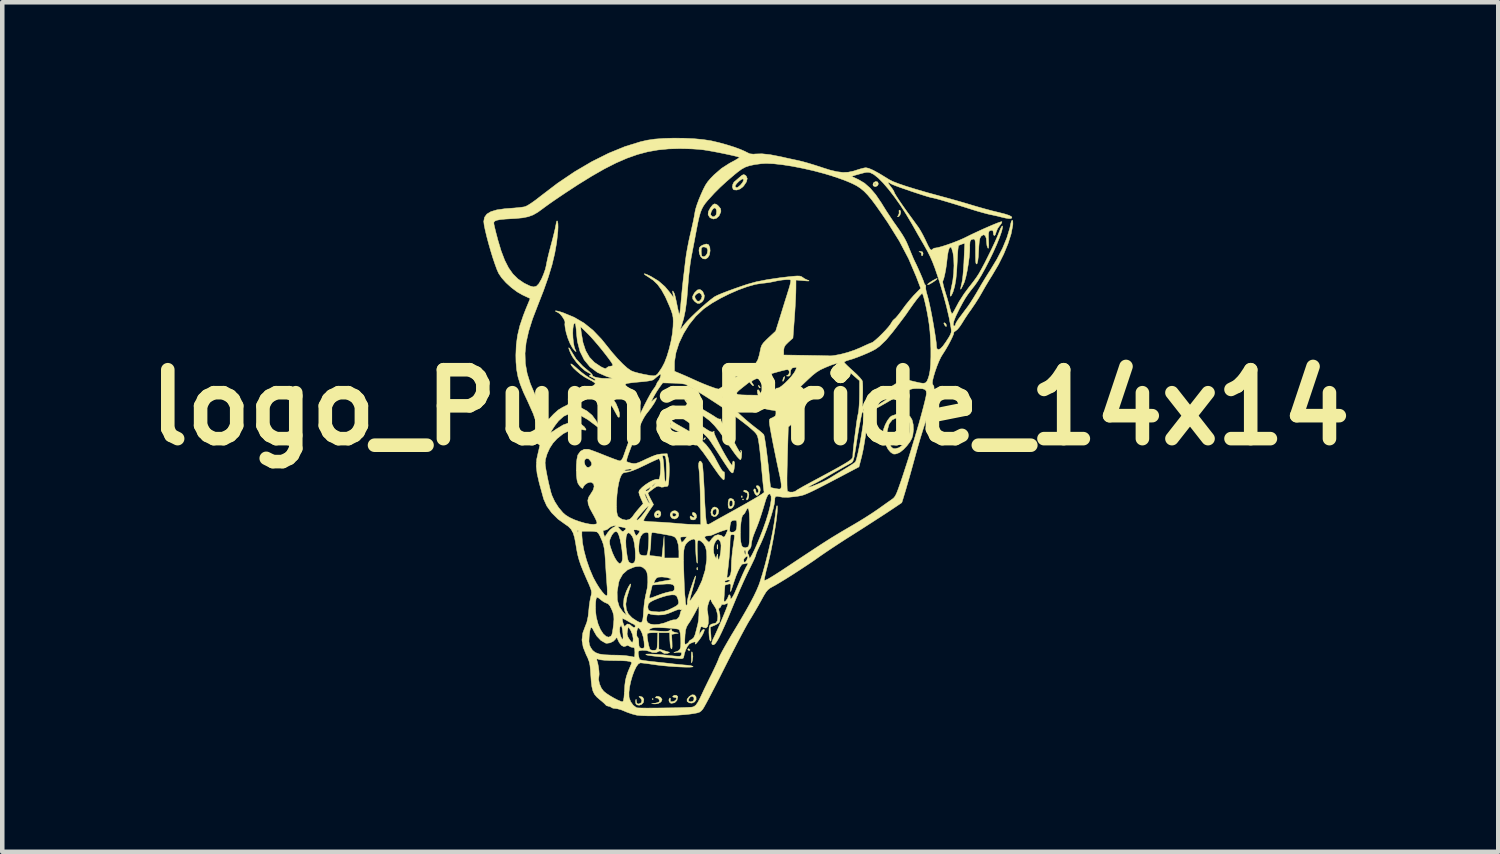
<source format=kicad_pcb>
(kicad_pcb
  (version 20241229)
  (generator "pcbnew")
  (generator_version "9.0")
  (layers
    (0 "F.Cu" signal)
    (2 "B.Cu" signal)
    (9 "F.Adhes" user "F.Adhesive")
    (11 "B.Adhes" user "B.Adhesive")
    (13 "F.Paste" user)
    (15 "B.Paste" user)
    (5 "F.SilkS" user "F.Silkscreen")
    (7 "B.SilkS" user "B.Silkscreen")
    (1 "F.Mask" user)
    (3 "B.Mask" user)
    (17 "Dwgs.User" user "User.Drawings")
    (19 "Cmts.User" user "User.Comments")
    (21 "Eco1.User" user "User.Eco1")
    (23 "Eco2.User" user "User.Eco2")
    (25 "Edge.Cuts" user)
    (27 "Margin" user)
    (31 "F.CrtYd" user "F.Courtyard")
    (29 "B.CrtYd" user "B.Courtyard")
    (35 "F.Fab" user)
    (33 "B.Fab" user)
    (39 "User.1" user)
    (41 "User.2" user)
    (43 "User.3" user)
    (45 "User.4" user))
  (footprint "logo_PumaPride_14x14"
    (layer "F.Cu")
    (at 13.542 5.961)
    (property "Reference" "logo_PumaPride_14x14" (at 0 0 0) (layer "F.SilkS") (effects (font (size 1.524 1.524) (thickness 0.3))))
    (attr through_hole)
    (fp_poly (pts (xy -2.145 6.449) (xy -2.158 6.461) (xy -2.17 6.449) (xy -2.158 6.436) (xy -2.145 6.449)) (stroke (width 0.01) (type solid)) (fill yes) (layer "F.SilkS"))
    (fp_poly (pts (xy -1.43 0.062) (xy -1.443 0.074) (xy -1.455 0.062) (xy -1.443 0.049) (xy -1.43 0.062)) (stroke (width 0.01) (type solid)) (fill yes) (layer "F.SilkS"))
    (fp_poly (pts (xy -0.148 2.034) (xy -0.16 2.047) (xy -0.173 2.034) (xy -0.16 2.022) (xy -0.148 2.034)) (stroke (width 0.01) (type solid)) (fill yes) (layer "F.SilkS"))
    (fp_poly (pts (xy -1.167 3.546) (xy -1.164 3.585) (xy -1.169 3.594) (xy -1.18 3.586) (xy -1.182 3.561) (xy -1.176 3.535) (xy -1.167 3.546)) (stroke (width 0.01) (type solid)) (fill yes) (layer "F.SilkS"))
    (fp_poly (pts (xy -0.181 1.956) (xy -0.178 1.986) (xy -0.181 1.989) (xy -0.196 1.986) (xy -0.197 1.973) (xy -0.188 1.953) (xy -0.181 1.956)) (stroke (width 0.01) (type solid)) (fill yes) (layer "F.SilkS"))
    (fp_poly (pts (xy 0.197 -0.478) (xy 0.2 -0.475) (xy 0.22 -0.443) (xy 0.217 -0.431) (xy 0.199 -0.438) (xy 0.187 -0.461) (xy 0.179 -0.49) (xy 0.197 -0.478)) (stroke (width 0.01) (type solid)) (fill yes) (layer "F.SilkS"))
    (fp_poly (pts (xy 4.321 -1.854) (xy 4.332 -1.836) (xy 4.34 -1.795) (xy 4.323 -1.793) (xy 4.296 -1.826) (xy 4.28 -1.865) (xy 4.291 -1.874) (xy 4.321 -1.854)) (stroke (width 0.01) (type solid)) (fill yes) (layer "F.SilkS"))
    (fp_poly (pts (xy -1.356 5.339) (xy -1.333 5.361) (xy -1.332 5.365) (xy -1.351 5.376) (xy -1.356 5.376) (xy -1.38 5.357) (xy -1.381 5.35) (xy -1.366 5.335) (xy -1.356 5.339)) (stroke (width 0.01) (type solid)) (fill yes) (layer "F.SilkS"))
    (fp_poly (pts (xy -0.994 0.682) (xy -0.999 0.69) (xy -1.022 0.714) (xy -1.026 0.715) (xy -1.028 0.699) (xy -1.023 0.69) (xy -1 0.667) (xy -0.996 0.666) (xy -0.994 0.682)) (stroke (width 0.01) (type solid)) (fill yes) (layer "F.SilkS"))
    (fp_poly (pts (xy -0.723 3.039) (xy -0.719 3.102) (xy -0.723 3.126) (xy -0.73 3.133) (xy -0.734 3.099) (xy -0.734 3.083) (xy -0.732 3.038) (xy -0.725 3.032) (xy -0.723 3.039)) (stroke (width 0.01) (type solid)) (fill yes) (layer "F.SilkS"))
    (fp_poly (pts (xy 0.538 -0.457) (xy 0.508 -0.423) (xy 0.466 -0.38) (xy 0.447 -0.373) (xy 0.444 -0.389) (xy 0.463 -0.414) (xy 0.499 -0.441) (xy 0.537 -0.464) (xy 0.538 -0.457)) (stroke (width 0.01) (type solid)) (fill yes) (layer "F.SilkS"))
    (fp_poly (pts (xy 0.761 -0.667) (xy 0.747 -0.621) (xy 0.74 -0.604) (xy 0.723 -0.576) (xy 0.717 -0.592) (xy 0.729 -0.644) (xy 0.74 -0.666) (xy 0.758 -0.685) (xy 0.761 -0.667)) (stroke (width 0.01) (type solid)) (fill yes) (layer "F.SilkS"))
    (fp_poly (pts (xy -1.266 -0.217) (xy -1.25 -0.21) (xy -1.27 -0.197) (xy -1.346 -0.176) (xy -1.401 -0.183) (xy -1.418 -0.197) (xy -1.407 -0.213) (xy -1.354 -0.22) (xy -1.327 -0.22) (xy -1.266 -0.217)) (stroke (width 0.01) (type solid)) (fill yes) (layer "F.SilkS"))
    (fp_poly (pts (xy -1.288 5.407) (xy -1.28 5.427) (xy -1.269 5.509) (xy -1.279 5.587) (xy -1.291 5.636) (xy -1.298 5.648) (xy -1.301 5.621) (xy -1.302 5.549) (xy -1.303 5.524) (xy -1.302 5.442) (xy -1.297 5.405) (xy -1.288 5.407)) (stroke (width 0.01) (type solid)) (fill yes) (layer "F.SilkS"))
    (fp_poly (pts (xy 3.811 -3.439) (xy 3.822 -3.403) (xy 3.812 -3.363) (xy 3.798 -3.354) (xy 3.784 -3.372) (xy 3.788 -3.389) (xy 3.78 -3.423) (xy 3.756 -3.435) (xy 3.731 -3.444) (xy 3.753 -3.449) (xy 3.767 -3.45) (xy 3.811 -3.439)) (stroke (width 0.01) (type solid)) (fill yes) (layer "F.SilkS"))
    (fp_poly (pts (xy 3.323 -4.346) (xy 3.325 -4.303) (xy 3.311 -4.255) (xy 3.286 -4.224) (xy 3.28 -4.221) (xy 3.256 -4.218) (xy 3.269 -4.241) (xy 3.274 -4.247) (xy 3.293 -4.297) (xy 3.29 -4.325) (xy 3.29 -4.359) (xy 3.303 -4.365) (xy 3.323 -4.346)) (stroke (width 0.01) (type solid)) (fill yes) (layer "F.SilkS"))
    (fp_poly (pts (xy 4.135 -2.852) (xy 4.124 -2.833) (xy 4.081 -2.799) (xy 4.047 -2.776) (xy 3.975 -2.732) (xy 3.935 -2.714) (xy 3.921 -2.719) (xy 3.921 -2.722) (xy 3.94 -2.742) (xy 3.986 -2.774) (xy 4.043 -2.81) (xy 4.097 -2.839) (xy 4.131 -2.853) (xy 4.135 -2.852)) (stroke (width 0.01) (type solid)) (fill yes) (layer "F.SilkS"))
    (fp_poly (pts (xy -0.094 1.834) (xy -0.055 1.86) (xy -0.042 1.877) (xy -0.03 1.923) (xy -0.035 1.981) (xy -0.052 2.029) (xy -0.075 2.047) (xy -0.086 2.029) (xy -0.073 1.996) (xy -0.056 1.935) (xy -0.072 1.889) (xy -0.11 1.874) (xy -0.143 1.86) (xy -0.148 1.848) (xy -0.132 1.828) (xy -0.094 1.834)) (stroke (width 0.01) (type solid)) (fill yes) (layer "F.SilkS"))
    (fp_poly (pts (xy -1.989 6.407) (xy -1.978 6.417) (xy -1.951 6.456) (xy -1.963 6.495) (xy -1.987 6.521) (xy -2.038 6.547) (xy -2.104 6.556) (xy -2.182 6.552) (xy -2.108 6.542) (xy -2.048 6.527) (xy -2.012 6.509) (xy -2.007 6.478) (xy -2.028 6.442) (xy -2.06 6.423) (xy -2.074 6.426) (xy -2.095 6.421) (xy -2.096 6.413) (xy -2.077 6.391) (xy -2.035 6.389) (xy -1.989 6.407)) (stroke (width 0.01) (type solid)) (fill yes) (layer "F.SilkS"))
    (fp_poly (pts (xy 2.815 -4.988) (xy 2.819 -4.984) (xy 2.833 -4.943) (xy 2.812 -4.902) (xy 2.767 -4.883) (xy 2.763 -4.883) (xy 2.721 -4.9) (xy 2.713 -4.929) (xy 2.72 -4.948) (xy 2.746 -4.948) (xy 2.749 -4.934) (xy 2.762 -4.932) (xy 2.782 -4.941) (xy 2.778 -4.948) (xy 2.749 -4.951) (xy 2.746 -4.948) (xy 2.72 -4.948) (xy 2.731 -4.974) (xy 2.772 -4.997) (xy 2.815 -4.988)) (stroke (width 0.01) (type solid)) (fill yes) (layer "F.SilkS"))
    (fp_poly (pts (xy -1.216 2.338) (xy -1.19 2.382) (xy -1.19 2.433) (xy -1.216 2.474) (xy -1.246 2.486) (xy -1.295 2.484) (xy -1.314 2.475) (xy -1.33 2.437) (xy -1.332 2.422) (xy -1.325 2.399) (xy -1.298 2.414) (xy -1.294 2.417) (xy -1.256 2.435) (xy -1.239 2.429) (xy -1.24 2.406) (xy -1.252 2.399) (xy -1.275 2.374) (xy -1.282 2.34) (xy -1.268 2.319) (xy -1.264 2.318) (xy -1.216 2.338)) (stroke (width 0.01) (type solid)) (fill yes) (layer "F.SilkS"))
    (fp_poly (pts (xy 0.184 1.735) (xy 0.214 1.769) (xy 0.221 1.826) (xy 0.208 1.887) (xy 0.178 1.934) (xy 0.144 1.948) (xy 0.119 1.929) (xy 0.1 1.9) (xy 0.076 1.839) (xy 0.083 1.805) (xy 0.099 1.8) (xy 0.119 1.821) (xy 0.123 1.85) (xy 0.135 1.892) (xy 0.161 1.893) (xy 0.181 1.863) (xy 0.177 1.818) (xy 0.156 1.787) (xy 0.131 1.747) (xy 0.145 1.728) (xy 0.184 1.735)) (stroke (width 0.01) (type solid)) (fill yes) (layer "F.SilkS"))
    (fp_poly (pts (xy 1.935 -0.911) (xy 1.957 -0.882) (xy 1.967 -0.833) (xy 1.95 -0.804) (xy 1.899 -0.768) (xy 1.851 -0.78) (xy 1.826 -0.812) (xy 1.818 -0.846) (xy 1.86 -0.846) (xy 1.88 -0.82) (xy 1.9 -0.814) (xy 1.923 -0.83) (xy 1.923 -0.834) (xy 1.907 -0.87) (xy 1.874 -0.875) (xy 1.87 -0.873) (xy 1.86 -0.846) (xy 1.818 -0.846) (xy 1.815 -0.861) (xy 1.84 -0.899) (xy 1.89 -0.929) (xy 1.935 -0.911)) (stroke (width 0.01) (type solid)) (fill yes) (layer "F.SilkS"))
    (fp_poly (pts (xy -2.012 2.284) (xy -1.98 2.317) (xy -1.977 2.368) (xy -1.998 2.415) (xy -2.035 2.436) (xy -2.084 2.435) (xy -2.103 2.426) (xy -2.123 2.378) (xy -2.12 2.367) (xy -2.071 2.367) (xy -2.053 2.391) (xy -2.047 2.392) (xy -2.023 2.373) (xy -2.022 2.367) (xy -2.041 2.343) (xy -2.047 2.343) (xy -2.071 2.361) (xy -2.071 2.367) (xy -2.12 2.367) (xy -2.109 2.327) (xy -2.071 2.289) (xy -2.021 2.281) (xy -2.012 2.284)) (stroke (width 0.01) (type solid)) (fill yes) (layer "F.SilkS"))
    (fp_poly (pts (xy -2.381 6.406) (xy -2.353 6.455) (xy -2.362 6.521) (xy -2.363 6.523) (xy -2.402 6.566) (xy -2.455 6.585) (xy -2.506 6.577) (xy -2.531 6.549) (xy -2.536 6.495) (xy -2.533 6.469) (xy -2.524 6.453) (xy -2.519 6.485) (xy -2.518 6.494) (xy -2.509 6.543) (xy -2.48 6.557) (xy -2.46 6.555) (xy -2.411 6.53) (xy -2.397 6.483) (xy -2.421 6.434) (xy -2.433 6.423) (xy -2.462 6.397) (xy -2.452 6.388) (xy -2.438 6.388) (xy -2.381 6.406)) (stroke (width 0.01) (type solid)) (fill yes) (layer "F.SilkS"))
    (fp_poly (pts (xy -1.635 6.366) (xy -1.606 6.389) (xy -1.603 6.401) (xy -1.622 6.48) (xy -1.672 6.53) (xy -1.742 6.543) (xy -1.757 6.541) (xy -1.79 6.513) (xy -1.8 6.467) (xy -1.781 6.428) (xy -1.778 6.425) (xy -1.765 6.433) (xy -1.768 6.461) (xy -1.767 6.5) (xy -1.734 6.51) (xy -1.679 6.495) (xy -1.638 6.459) (xy -1.628 6.431) (xy -1.648 6.415) (xy -1.678 6.412) (xy -1.712 6.402) (xy -1.714 6.387) (xy -1.679 6.365) (xy -1.635 6.366)) (stroke (width 0.01) (type solid)) (fill yes) (layer "F.SilkS"))
    (fp_poly (pts (xy -1.627 2.294) (xy -1.587 2.337) (xy -1.583 2.391) (xy -1.61 2.439) (xy -1.662 2.465) (xy -1.677 2.466) (xy -1.729 2.45) (xy -1.746 2.436) (xy -1.772 2.384) (xy -1.769 2.371) (xy -1.726 2.371) (xy -1.709 2.406) (xy -1.673 2.412) (xy -1.64 2.389) (xy -1.635 2.377) (xy -1.647 2.349) (xy -1.676 2.336) (xy -1.716 2.336) (xy -1.726 2.371) (xy -1.769 2.371) (xy -1.761 2.333) (xy -1.723 2.294) (xy -1.668 2.282) (xy -1.627 2.294)) (stroke (width 0.01) (type solid)) (fill yes) (layer "F.SilkS"))
    (fp_poly (pts (xy -0.721 2.229) (xy -0.696 2.285) (xy -0.71 2.353) (xy -0.751 2.402) (xy -0.803 2.415) (xy -0.85 2.389) (xy -0.859 2.375) (xy -0.871 2.318) (xy -0.87 2.313) (xy -0.836 2.313) (xy -0.83 2.355) (xy -0.801 2.389) (xy -0.769 2.378) (xy -0.755 2.353) (xy -0.74 2.286) (xy -0.757 2.249) (xy -0.778 2.244) (xy -0.818 2.265) (xy -0.836 2.313) (xy -0.87 2.313) (xy -0.857 2.258) (xy -0.824 2.213) (xy -0.783 2.2) (xy -0.721 2.229)) (stroke (width 0.01) (type solid)) (fill yes) (layer "F.SilkS"))
    (fp_poly (pts (xy -1.233 6.359) (xy -1.199 6.401) (xy -1.197 6.462) (xy -1.231 6.512) (xy -1.289 6.538) (xy -1.35 6.532) (xy -1.397 6.499) (xy -1.397 6.483) (xy -1.369 6.483) (xy -1.364 6.495) (xy -1.319 6.511) (xy -1.27 6.497) (xy -1.248 6.471) (xy -1.244 6.417) (xy -1.278 6.389) (xy -1.295 6.387) (xy -1.331 6.405) (xy -1.36 6.444) (xy -1.369 6.483) (xy -1.397 6.483) (xy -1.397 6.452) (xy -1.349 6.392) (xy -1.348 6.391) (xy -1.287 6.354) (xy -1.233 6.359)) (stroke (width 0.01) (type solid)) (fill yes) (layer "F.SilkS"))
    (fp_poly (pts (xy -0.379 2.03) (xy -0.351 2.082) (xy -0.357 2.155) (xy -0.359 2.162) (xy -0.391 2.215) (xy -0.433 2.24) (xy -0.47 2.231) (xy -0.483 2.211) (xy -0.49 2.162) (xy -0.49 2.14) (xy -0.468 2.14) (xy -0.455 2.182) (xy -0.434 2.195) (xy -0.401 2.174) (xy -0.388 2.148) (xy -0.387 2.095) (xy -0.407 2.059) (xy -0.439 2.056) (xy -0.441 2.057) (xy -0.463 2.092) (xy -0.468 2.14) (xy -0.49 2.14) (xy -0.489 2.094) (xy -0.489 2.092) (xy -0.475 2.033) (xy -0.445 2.011) (xy -0.434 2.01) (xy -0.379 2.03)) (stroke (width 0.01) (type solid)) (fill yes) (layer "F.SilkS"))
    (fp_poly (pts (xy 3.31 0.386) (xy 3.345 0.449) (xy 3.404 0.477) (xy 3.406 0.478) (xy 3.462 0.501) (xy 3.478 0.533) (xy 3.452 0.559) (xy 3.403 0.567) (xy 3.353 0.572) (xy 3.333 0.597) (xy 3.329 0.651) (xy 3.32 0.751) (xy 3.293 0.804) (xy 3.265 0.814) (xy 3.245 0.802) (xy 3.241 0.759) (xy 3.247 0.702) (xy 3.262 0.59) (xy 3.198 0.615) (xy 3.142 0.628) (xy 3.123 0.617) (xy 3.142 0.588) (xy 3.194 0.553) (xy 3.251 0.515) (xy 3.276 0.471) (xy 3.282 0.407) (xy 3.285 0.308) (xy 3.31 0.386)) (stroke (width 0.01) (type solid)) (fill yes) (layer "F.SilkS"))
    (fp_poly (pts (xy -1.057 -2.57) (xy -1.049 -2.559) (xy -1.014 -2.474) (xy -1.026 -2.393) (xy -1.06 -2.343) (xy -1.118 -2.301) (xy -1.172 -2.303) (xy -1.228 -2.344) (xy -1.272 -2.399) (xy -1.276 -2.455) (xy -1.269 -2.468) (xy -1.226 -2.468) (xy -1.222 -2.427) (xy -1.213 -2.405) (xy -1.173 -2.353) (xy -1.128 -2.349) (xy -1.087 -2.392) (xy -1.081 -2.404) (xy -1.066 -2.46) (xy -1.084 -2.502) (xy -1.118 -2.534) (xy -1.151 -2.531) (xy -1.194 -2.503) (xy -1.226 -2.468) (xy -1.269 -2.468) (xy -1.24 -2.524) (xy -1.228 -2.541) (xy -1.168 -2.599) (xy -1.111 -2.609) (xy -1.057 -2.57)) (stroke (width 0.01) (type solid)) (fill yes) (layer "F.SilkS"))
    (fp_poly (pts (xy -0.739 -4.486) (xy -0.701 -4.452) (xy -0.657 -4.396) (xy -0.649 -4.344) (xy -0.653 -4.32) (xy -0.691 -4.236) (xy -0.749 -4.183) (xy -0.816 -4.167) (xy -0.883 -4.193) (xy -0.898 -4.206) (xy -0.932 -4.264) (xy -0.93 -4.29) (xy -0.875 -4.29) (xy -0.873 -4.257) (xy -0.84 -4.221) (xy -0.796 -4.221) (xy -0.759 -4.255) (xy -0.75 -4.278) (xy -0.744 -4.347) (xy -0.759 -4.397) (xy -0.788 -4.414) (xy -0.823 -4.393) (xy -0.856 -4.345) (xy -0.875 -4.29) (xy -0.93 -4.29) (xy -0.926 -4.333) (xy -0.882 -4.415) (xy -0.83 -4.481) (xy -0.786 -4.504) (xy -0.739 -4.486)) (stroke (width 0.01) (type solid)) (fill yes) (layer "F.SilkS"))
    (fp_poly (pts (xy -0.921 -3.599) (xy -0.894 -3.539) (xy -0.888 -3.466) (xy -0.902 -3.376) (xy -0.939 -3.314) (xy -0.99 -3.283) (xy -1.046 -3.289) (xy -1.096 -3.335) (xy -1.124 -3.399) (xy -1.132 -3.457) (xy -1.085 -3.457) (xy -1.081 -3.391) (xy -1.071 -3.349) (xy -1.068 -3.345) (xy -1.027 -3.332) (xy -0.983 -3.357) (xy -0.952 -3.407) (xy -0.94 -3.484) (xy -0.965 -3.534) (xy -1.023 -3.551) (xy -1.063 -3.545) (xy -1.081 -3.519) (xy -1.085 -3.459) (xy -1.085 -3.457) (xy -1.132 -3.457) (xy -1.134 -3.471) (xy -1.127 -3.53) (xy -1.094 -3.568) (xy -1.049 -3.592) (xy -0.972 -3.616) (xy -0.921 -3.599)) (stroke (width 0.01) (type solid)) (fill yes) (layer "F.SilkS"))
    (fp_poly (pts (xy -0.112 -5.137) (xy -0.089 -5.116) (xy -0.067 -5.062) (xy -0.085 -4.989) (xy -0.142 -4.904) (xy -0.166 -4.877) (xy -0.229 -4.831) (xy -0.299 -4.808) (xy -0.359 -4.813) (xy -0.378 -4.825) (xy -0.394 -4.871) (xy -0.393 -4.886) (xy -0.335 -4.886) (xy -0.309 -4.861) (xy -0.274 -4.87) (xy -0.221 -4.915) (xy -0.213 -4.923) (xy -0.169 -4.977) (xy -0.148 -5.024) (xy -0.154 -5.052) (xy -0.166 -5.055) (xy -0.204 -5.038) (xy -0.252 -5) (xy -0.299 -4.953) (xy -0.33 -4.91) (xy -0.335 -4.886) (xy -0.393 -4.886) (xy -0.387 -4.931) (xy -0.361 -4.982) (xy -0.356 -4.987) (xy -0.312 -5.024) (xy -0.254 -5.075) (xy -0.241 -5.086) (xy -0.183 -5.135) (xy -0.145 -5.151) (xy -0.112 -5.137)) (stroke (width 0.01) (type solid)) (fill yes) (layer "F.SilkS"))
    (fp_poly (pts (xy 3.472 0.161) (xy 3.538 0.205) (xy 3.579 0.275) (xy 3.603 0.376) (xy 3.609 0.493) (xy 3.595 0.61) (xy 3.575 0.68) (xy 3.532 0.759) (xy 3.466 0.846) (xy 3.39 0.927) (xy 3.317 0.986) (xy 3.287 1.003) (xy 3.219 1.028) (xy 3.174 1.031) (xy 3.131 1.009) (xy 3.1 0.986) (xy 3.048 0.925) (xy 3 0.831) (xy 2.961 0.723) (xy 2.938 0.618) (xy 2.935 0.571) (xy 2.942 0.521) (xy 3.028 0.521) (xy 3.033 0.67) (xy 3.079 0.808) (xy 3.118 0.874) (xy 3.156 0.905) (xy 3.205 0.912) (xy 3.285 0.891) (xy 3.367 0.835) (xy 3.452 0.745) (xy 3.502 0.651) (xy 3.524 0.537) (xy 3.526 0.466) (xy 3.519 0.352) (xy 3.493 0.278) (xy 3.443 0.237) (xy 3.363 0.222) (xy 3.339 0.222) (xy 3.223 0.234) (xy 3.141 0.274) (xy 3.082 0.348) (xy 3.066 0.378) (xy 3.028 0.521) (xy 2.942 0.521) (xy 2.948 0.482) (xy 2.985 0.382) (xy 3.035 0.288) (xy 3.091 0.215) (xy 3.128 0.187) (xy 3.248 0.145) (xy 3.367 0.137) (xy 3.472 0.161)) (stroke (width 0.01) (type solid)) (fill yes) (layer "F.SilkS"))
    (fp_poly (pts (xy -1.632 0.226) (xy -1.617 0.232) (xy -1.641 0.245) (xy -1.648 0.248) (xy -1.7 0.261) (xy -1.727 0.259) (xy -1.757 0.262) (xy -1.761 0.268) (xy -1.747 0.288) (xy -1.698 0.325) (xy -1.623 0.372) (xy -1.577 0.397) (xy -1.378 0.511) (xy -1.217 0.615) (xy -1.086 0.717) (xy -0.977 0.825) (xy -0.882 0.947) (xy -0.793 1.09) (xy -0.721 1.225) (xy -0.665 1.328) (xy -0.622 1.396) (xy -0.594 1.424) (xy -0.587 1.423) (xy -0.575 1.426) (xy -0.569 1.468) (xy -0.568 1.498) (xy -0.571 1.562) (xy -0.581 1.598) (xy -0.586 1.601) (xy -0.612 1.583) (xy -0.654 1.538) (xy -0.668 1.521) (xy -0.706 1.471) (xy -0.763 1.391) (xy -0.834 1.29) (xy -0.909 1.18) (xy -0.923 1.159) (xy -1.048 0.983) (xy -1.161 0.845) (xy -1.272 0.735) (xy -1.389 0.645) (xy -1.521 0.568) (xy -1.584 0.537) (xy -1.692 0.485) (xy -1.759 0.447) (xy -1.791 0.42) (xy -1.794 0.399) (xy -1.774 0.381) (xy -1.763 0.352) (xy -1.771 0.337) (xy -1.791 0.288) (xy -1.793 0.265) (xy -1.782 0.237) (xy -1.742 0.225) (xy -1.691 0.224) (xy -1.632 0.226)) (stroke (width 0.01) (type solid)) (fill yes) (layer "F.SilkS"))
    (fp_poly (pts (xy -1.418 -0.161) (xy -1.356 -0.129) (xy -1.27 -0.082) (xy -1.169 -0.025) (xy -1.063 0.036) (xy -0.96 0.096) (xy -0.87 0.15) (xy -0.801 0.193) (xy -0.77 0.214) (xy -0.714 0.248) (xy -0.67 0.259) (xy -0.662 0.256) (xy -0.645 0.254) (xy -0.65 0.266) (xy -0.645 0.298) (xy -0.615 0.356) (xy -0.566 0.431) (xy -0.553 0.449) (xy -0.483 0.551) (xy -0.409 0.673) (xy -0.346 0.788) (xy -0.343 0.793) (xy -0.296 0.882) (xy -0.255 0.953) (xy -0.225 0.995) (xy -0.218 1.001) (xy -0.2 1.003) (xy -0.207 0.972) (xy -0.214 0.943) (xy -0.202 0.949) (xy -0.191 0.984) (xy -0.19 1.04) (xy -0.195 1.1) (xy -0.207 1.145) (xy -0.218 1.157) (xy -0.243 1.139) (xy -0.284 1.095) (xy -0.299 1.077) (xy -0.337 1.027) (xy -0.395 0.946) (xy -0.465 0.845) (xy -0.541 0.735) (xy -0.554 0.715) (xy -0.678 0.538) (xy -0.792 0.399) (xy -0.903 0.288) (xy -1.022 0.198) (xy -1.156 0.121) (xy -1.215 0.092) (xy -1.322 0.04) (xy -1.389 0.003) (xy -1.421 -0.024) (xy -1.424 -0.045) (xy -1.404 -0.063) (xy -1.397 -0.091) (xy -1.42 -0.126) (xy -1.446 -0.16) (xy -1.446 -0.173) (xy -1.418 -0.161)) (stroke (width 0.01) (type solid)) (fill yes) (layer "F.SilkS"))
    (fp_poly (pts (xy -1.589 -0.006) (xy -1.545 0.013) (xy -1.538 0.036) (xy -1.523 0.062) (xy -1.475 0.11) (xy -1.401 0.172) (xy -1.316 0.237) (xy -1.167 0.344) (xy -1.053 0.425) (xy -0.968 0.483) (xy -0.907 0.52) (xy -0.866 0.539) (xy -0.839 0.544) (xy -0.821 0.538) (xy -0.819 0.536) (xy -0.798 0.525) (xy -0.802 0.548) (xy -0.795 0.58) (xy -0.768 0.645) (xy -0.725 0.734) (xy -0.672 0.839) (xy -0.613 0.949) (xy -0.553 1.056) (xy -0.496 1.151) (xy -0.449 1.224) (xy -0.434 1.245) (xy -0.406 1.279) (xy -0.397 1.271) (xy -0.395 1.239) (xy -0.385 1.196) (xy -0.37 1.184) (xy -0.351 1.206) (xy -0.346 1.266) (xy -0.357 1.357) (xy -0.361 1.378) (xy -0.378 1.437) (xy -0.4 1.45) (xy -0.434 1.422) (xy -0.438 1.418) (xy -0.463 1.384) (xy -0.508 1.318) (xy -0.567 1.23) (xy -0.633 1.129) (xy -0.706 1.015) (xy -0.779 0.903) (xy -0.843 0.805) (xy -0.881 0.746) (xy -0.92 0.693) (xy -0.966 0.641) (xy -1.025 0.585) (xy -1.105 0.52) (xy -1.21 0.44) (xy -1.348 0.341) (xy -1.424 0.288) (xy -1.495 0.241) (xy -1.552 0.208) (xy -1.58 0.197) (xy -1.595 0.178) (xy -1.592 0.151) (xy -1.597 0.097) (xy -1.615 0.074) (xy -1.65 0.03) (xy -1.644 -0.0002) (xy -1.599 -0.007) (xy -1.589 -0.006)) (stroke (width 0.01) (type solid)) (fill yes) (layer "F.SilkS"))
    (fp_poly (pts (xy -1.47 -5.954) (xy -1.248 -5.944) (xy -1.045 -5.925) (xy -0.874 -5.899) (xy -0.863 -5.897) (xy -0.693 -5.857) (xy -0.523 -5.81) (xy -0.363 -5.76) (xy -0.225 -5.71) (xy -0.119 -5.664) (xy -0.079 -5.643) (xy -0.009 -5.61) (xy 0.067 -5.602) (xy 0.119 -5.606) (xy 0.258 -5.61) (xy 0.439 -5.591) (xy 0.66 -5.548) (xy 0.703 -5.539) (xy 0.821 -5.512) (xy 0.956 -5.483) (xy 1.06 -5.461) (xy 1.155 -5.438) (xy 1.281 -5.403) (xy 1.422 -5.36) (xy 1.562 -5.315) (xy 1.578 -5.309) (xy 1.764 -5.25) (xy 1.917 -5.214) (xy 2.048 -5.198) (xy 2.167 -5.203) (xy 2.285 -5.228) (xy 2.356 -5.251) (xy 2.443 -5.278) (xy 2.519 -5.297) (xy 2.558 -5.302) (xy 2.622 -5.288) (xy 2.719 -5.246) (xy 2.85 -5.175) (xy 3.017 -5.073) (xy 3.071 -5.039) (xy 3.15 -4.999) (xy 3.276 -4.95) (xy 3.446 -4.892) (xy 3.66 -4.826) (xy 3.914 -4.752) (xy 4.207 -4.672) (xy 4.303 -4.646) (xy 4.423 -4.613) (xy 4.572 -4.571) (xy 4.732 -4.525) (xy 4.884 -4.48) (xy 4.895 -4.476) (xy 5.045 -4.432) (xy 5.205 -4.387) (xy 5.355 -4.347) (xy 5.478 -4.317) (xy 5.487 -4.315) (xy 5.629 -4.279) (xy 5.727 -4.247) (xy 5.78 -4.217) (xy 5.786 -4.193) (xy 5.764 -4.179) (xy 5.721 -4.177) (xy 5.648 -4.188) (xy 5.569 -4.206) (xy 5.466 -4.232) (xy 5.362 -4.255) (xy 5.302 -4.267) (xy 5.235 -4.283) (xy 5.135 -4.31) (xy 5.015 -4.344) (xy 4.888 -4.383) (xy 4.883 -4.385) (xy 4.68 -4.449) (xy 4.495 -4.506) (xy 4.334 -4.554) (xy 4.202 -4.593) (xy 4.104 -4.62) (xy 4.045 -4.634) (xy 4.032 -4.636) (xy 3.994 -4.644) (xy 3.918 -4.665) (xy 3.816 -4.697) (xy 3.695 -4.736) (xy 3.565 -4.779) (xy 3.436 -4.824) (xy 3.317 -4.865) (xy 3.217 -4.902) (xy 3.147 -4.93) (xy 3.117 -4.944) (xy 3.064 -4.975) (xy 3.046 -4.974) (xy 3.063 -4.941) (xy 3.105 -4.885) (xy 3.149 -4.825) (xy 3.177 -4.779) (xy 3.181 -4.765) (xy 3.195 -4.733) (xy 3.235 -4.667) (xy 3.296 -4.574) (xy 3.375 -4.459) (xy 3.467 -4.329) (xy 3.532 -4.24) (xy 3.599 -4.148) (xy 3.666 -4.056) (xy 3.719 -3.983) (xy 3.721 -3.981) (xy 3.765 -3.91) (xy 3.819 -3.812) (xy 3.872 -3.706) (xy 3.885 -3.678) (xy 3.935 -3.574) (xy 3.971 -3.51) (xy 3.998 -3.482) (xy 4.019 -3.486) (xy 4.032 -3.502) (xy 4.067 -3.523) (xy 4.093 -3.526) (xy 4.149 -3.536) (xy 4.239 -3.56) (xy 4.35 -3.596) (xy 4.472 -3.639) (xy 4.593 -3.686) (xy 4.7 -3.732) (xy 4.753 -3.757) (xy 4.88 -3.82) (xy 5.016 -3.884) (xy 5.151 -3.946) (xy 5.279 -4.002) (xy 5.392 -4.05) (xy 5.483 -4.086) (xy 5.543 -4.106) (xy 5.566 -4.109) (xy 5.561 -4.083) (xy 5.53 -4.038) (xy 5.519 -4.026) (xy 5.47 -3.957) (xy 5.439 -3.882) (xy 5.438 -3.878) (xy 5.418 -3.819) (xy 5.396 -3.799) (xy 5.38 -3.821) (xy 5.376 -3.859) (xy 5.367 -3.909) (xy 5.334 -3.919) (xy 5.296 -3.908) (xy 5.278 -3.89) (xy 5.269 -3.847) (xy 5.268 -3.77) (xy 5.271 -3.692) (xy 5.274 -3.591) (xy 5.271 -3.534) (xy 5.262 -3.519) (xy 5.255 -3.526) (xy 5.235 -3.577) (xy 5.228 -3.637) (xy 5.219 -3.741) (xy 5.195 -3.802) (xy 5.158 -3.82) (xy 5.109 -3.791) (xy 5.099 -3.779) (xy 5.079 -3.741) (xy 5.065 -3.673) (xy 5.056 -3.568) (xy 5.051 -3.472) (xy 5.044 -3.34) (xy 5.032 -3.243) (xy 5.018 -3.186) (xy 5.012 -3.177) (xy 4.998 -3.173) (xy 4.989 -3.198) (xy 4.984 -3.257) (xy 4.982 -3.355) (xy 4.981 -3.435) (xy 4.981 -3.558) (xy 4.978 -3.64) (xy 4.972 -3.69) (xy 4.962 -3.715) (xy 4.945 -3.723) (xy 4.933 -3.724) (xy 4.886 -3.711) (xy 4.86 -3.669) (xy 4.854 -3.589) (xy 4.855 -3.557) (xy 4.853 -3.452) (xy 4.842 -3.318) (xy 4.822 -3.17) (xy 4.797 -3.022) (xy 4.768 -2.888) (xy 4.738 -2.782) (xy 4.722 -2.743) (xy 4.689 -2.674) (xy 4.664 -2.627) (xy 4.653 -2.614) (xy 4.653 -2.635) (xy 4.664 -2.691) (xy 4.677 -2.742) (xy 4.69 -2.813) (xy 4.703 -2.92) (xy 4.714 -3.052) (xy 4.724 -3.195) (xy 4.726 -3.251) (xy 4.743 -3.631) (xy 4.683 -3.613) (xy 4.631 -3.593) (xy 4.607 -3.579) (xy 4.6 -3.55) (xy 4.592 -3.481) (xy 4.585 -3.382) (xy 4.579 -3.262) (xy 4.577 -3.23) (xy 4.565 -3.008) (xy 4.547 -2.827) (xy 4.521 -2.681) (xy 4.487 -2.564) (xy 4.47 -2.522) (xy 4.442 -2.469) (xy 4.425 -2.46) (xy 4.42 -2.49) (xy 4.427 -2.554) (xy 4.447 -2.647) (xy 4.449 -2.655) (xy 4.479 -2.807) (xy 4.498 -2.971) (xy 4.505 -3.135) (xy 4.5 -3.288) (xy 4.483 -3.419) (xy 4.454 -3.517) (xy 4.446 -3.534) (xy 4.423 -3.548) (xy 4.4 -3.519) (xy 4.379 -3.454) (xy 4.362 -3.359) (xy 4.355 -3.298) (xy 4.342 -3.179) (xy 4.324 -3.056) (xy 4.302 -2.942) (xy 4.28 -2.851) (xy 4.259 -2.795) (xy 4.257 -2.792) (xy 4.258 -2.76) (xy 4.272 -2.692) (xy 4.297 -2.602) (xy 4.313 -2.549) (xy 4.349 -2.434) (xy 4.382 -2.318) (xy 4.408 -2.223) (xy 4.413 -2.201) (xy 4.433 -2.129) (xy 4.452 -2.082) (xy 4.461 -2.071) (xy 4.482 -2.092) (xy 4.512 -2.142) (xy 4.523 -2.164) (xy 4.613 -2.332) (xy 4.726 -2.509) (xy 4.846 -2.671) (xy 4.862 -2.69) (xy 4.935 -2.784) (xy 5.008 -2.885) (xy 5.059 -2.964) (xy 5.117 -3.068) (xy 5.187 -3.199) (xy 5.261 -3.347) (xy 5.336 -3.499) (xy 5.404 -3.643) (xy 5.46 -3.769) (xy 5.498 -3.863) (xy 5.499 -3.865) (xy 5.535 -3.955) (xy 5.563 -4.005) (xy 5.578 -4.015) (xy 5.579 -3.983) (xy 5.563 -3.908) (xy 5.558 -3.89) (xy 5.513 -3.761) (xy 5.45 -3.605) (xy 5.373 -3.433) (xy 5.287 -3.255) (xy 5.198 -3.082) (xy 5.11 -2.923) (xy 5.029 -2.791) (xy 4.96 -2.693) (xy 4.959 -2.692) (xy 4.875 -2.586) (xy 4.809 -2.497) (xy 4.752 -2.411) (xy 4.695 -2.312) (xy 4.628 -2.186) (xy 4.613 -2.158) (xy 4.545 -2.018) (xy 4.503 -1.911) (xy 4.488 -1.839) (xy 4.5 -1.803) (xy 4.513 -1.8) (xy 4.535 -1.82) (xy 4.537 -1.833) (xy 4.551 -1.87) (xy 4.587 -1.93) (xy 4.619 -1.975) (xy 4.68 -2.056) (xy 4.751 -2.152) (xy 4.802 -2.219) (xy 4.859 -2.301) (xy 4.928 -2.409) (xy 4.999 -2.526) (xy 5.036 -2.589) (xy 5.11 -2.717) (xy 5.195 -2.857) (xy 5.276 -2.987) (xy 5.306 -3.033) (xy 5.455 -3.279) (xy 5.58 -3.522) (xy 5.676 -3.755) (xy 5.74 -3.967) (xy 5.757 -4.05) (xy 5.775 -4.119) (xy 5.793 -4.142) (xy 5.806 -4.121) (xy 5.808 -4.059) (xy 5.805 -4.026) (xy 5.768 -3.836) (xy 5.7 -3.622) (xy 5.605 -3.392) (xy 5.488 -3.158) (xy 5.352 -2.928) (xy 5.344 -2.915) (xy 5.275 -2.804) (xy 5.198 -2.675) (xy 5.13 -2.556) (xy 5.126 -2.548) (xy 5.057 -2.43) (xy 4.976 -2.302) (xy 4.899 -2.189) (xy 4.895 -2.182) (xy 4.822 -2.08) (xy 4.749 -1.97) (xy 4.689 -1.874) (xy 4.684 -1.865) (xy 4.632 -1.787) (xy 4.581 -1.725) (xy 4.544 -1.695) (xy 4.507 -1.67) (xy 4.501 -1.652) (xy 4.496 -1.622) (xy 4.47 -1.56) (xy 4.43 -1.477) (xy 4.381 -1.384) (xy 4.327 -1.291) (xy 4.276 -1.209) (xy 4.259 -1.184) (xy 4.216 -1.113) (xy 4.171 -1.018) (xy 4.127 -0.909) (xy 4.088 -0.797) (xy 4.056 -0.691) (xy 4.034 -0.602) (xy 4.027 -0.538) (xy 4.035 -0.51) (xy 4.061 -0.468) (xy 4.068 -0.388) (xy 4.056 -0.279) (xy 4.026 -0.146) (xy 3.997 -0.053) (xy 3.905 0.226) (xy 3.826 0.469) (xy 3.759 0.686) (xy 3.7 0.889) (xy 3.649 1.073) (xy 3.609 1.219) (xy 3.566 1.375) (xy 3.522 1.532) (xy 3.478 1.684) (xy 3.438 1.823) (xy 3.402 1.942) (xy 3.374 2.034) (xy 3.356 2.091) (xy 3.349 2.107) (xy 3.262 2.166) (xy 3.143 2.246) (xy 2.998 2.342) (xy 2.836 2.447) (xy 2.666 2.557) (xy 2.495 2.667) (xy 2.333 2.77) (xy 2.269 2.811) (xy 2.112 2.91) (xy 1.952 3.014) (xy 1.8 3.114) (xy 1.666 3.204) (xy 1.561 3.276) (xy 1.541 3.29) (xy 1.414 3.38) (xy 1.266 3.48) (xy 1.108 3.584) (xy 0.948 3.688) (xy 0.796 3.784) (xy 0.66 3.867) (xy 0.55 3.932) (xy 0.498 3.96) (xy 0.438 3.994) (xy 0.391 4.031) (xy 0.349 4.081) (xy 0.303 4.155) (xy 0.247 4.256) (xy 0.175 4.385) (xy 0.091 4.529) (xy 0.011 4.664) (xy -0.014 4.703) (xy -0.057 4.775) (xy -0.118 4.886) (xy -0.194 5.027) (xy -0.281 5.192) (xy -0.376 5.376) (xy -0.476 5.57) (xy -0.569 5.754) (xy -0.665 5.945) (xy -0.757 6.125) (xy -0.842 6.289) (xy -0.916 6.431) (xy -0.977 6.545) (xy -1.022 6.626) (xy -1.048 6.668) (xy -1.049 6.67) (xy -1.083 6.709) (xy -1.119 6.736) (xy -1.171 6.754) (xy -1.25 6.769) (xy -1.326 6.78) (xy -1.446 6.793) (xy -1.595 6.804) (xy -1.761 6.812) (xy -1.935 6.817) (xy -2.104 6.82) (xy -2.26 6.82) (xy -2.392 6.816) (xy -2.488 6.808) (xy -2.511 6.805) (xy -2.612 6.779) (xy -2.723 6.741) (xy -2.772 6.72) (xy -2.858 6.685) (xy -2.939 6.663) (xy -2.979 6.658) (xy -3.037 6.651) (xy -3.07 6.634) (xy -3.07 6.634) (xy -3.105 6.613) (xy -3.132 6.609) (xy -3.181 6.594) (xy -3.198 6.577) (xy -3.228 6.545) (xy -3.283 6.497) (xy -3.324 6.464) (xy -3.394 6.403) (xy -3.445 6.342) (xy -3.48 6.269) (xy -3.503 6.175) (xy -3.518 6.049) (xy -3.526 5.931) (xy -3.535 5.8) (xy -3.545 5.704) (xy -3.56 5.63) (xy -3.581 5.569) (xy -3.398 5.569) (xy -3.392 5.591) (xy -3.373 5.654) (xy -3.357 5.738) (xy -3.346 5.825) (xy -3.342 5.896) (xy -3.345 5.932) (xy -3.355 6.013) (xy -3.335 6.111) (xy -3.293 6.208) (xy -3.242 6.275) (xy -3.185 6.322) (xy -3.104 6.375) (xy -3.012 6.429) (xy -2.924 6.474) (xy -2.853 6.503) (xy -2.821 6.51) (xy -2.806 6.486) (xy -2.793 6.415) (xy -2.784 6.3) (xy -2.683 6.3) (xy -2.681 6.399) (xy -2.678 6.418) (xy -2.645 6.507) (xy -2.589 6.585) (xy -2.522 6.635) (xy -2.503 6.642) (xy -2.466 6.645) (xy -2.388 6.647) (xy -2.278 6.648) (xy -2.145 6.647) (xy -1.998 6.646) (xy -1.844 6.644) (xy -1.693 6.642) (xy -1.553 6.639) (xy -1.433 6.635) (xy -1.342 6.631) (xy -1.288 6.627) (xy -1.285 6.627) (xy -1.243 6.613) (xy -1.204 6.583) (xy -1.164 6.528) (xy -1.117 6.441) (xy -1.068 6.338) (xy -1.02 6.235) (xy -0.958 6.108) (xy -0.893 5.975) (xy -0.852 5.894) (xy -0.797 5.78) (xy -0.747 5.673) (xy -0.709 5.585) (xy -0.691 5.536) (xy -0.669 5.486) (xy -0.625 5.401) (xy -0.564 5.291) (xy -0.49 5.162) (xy -0.408 5.022) (xy -0.383 4.981) (xy -0.232 4.73) (xy -0.107 4.515) (xy -0.005 4.333) (xy 0.077 4.178) (xy 0.14 4.046) (xy 0.187 3.934) (xy 0.207 3.88) (xy 0.27 3.679) (xy 0.334 3.451) (xy 0.395 3.209) (xy 0.451 2.965) (xy 0.499 2.73) (xy 0.535 2.518) (xy 0.559 2.339) (xy 0.56 2.329) (xy 0.57 2.247) (xy 0.581 2.19) (xy 0.592 2.17) (xy 0.601 2.193) (xy 0.6 2.257) (xy 0.592 2.356) (xy 0.577 2.483) (xy 0.555 2.63) (xy 0.529 2.791) (xy 0.499 2.959) (xy 0.466 3.128) (xy 0.432 3.289) (xy 0.397 3.437) (xy 0.384 3.489) (xy 0.353 3.607) (xy 0.33 3.708) (xy 0.314 3.781) (xy 0.309 3.817) (xy 0.31 3.82) (xy 0.323 3.823) (xy 0.351 3.814) (xy 0.396 3.792) (xy 0.462 3.753) (xy 0.554 3.696) (xy 0.676 3.618) (xy 0.83 3.516) (xy 1.004 3.4) (xy 1.217 3.259) (xy 1.396 3.141) (xy 1.548 3.041) (xy 1.682 2.955) (xy 1.804 2.878) (xy 1.921 2.807) (xy 2.041 2.735) (xy 2.171 2.659) (xy 2.269 2.602) (xy 2.409 2.519) (xy 2.556 2.428) (xy 2.696 2.338) (xy 2.811 2.26) (xy 2.83 2.247) (xy 2.931 2.175) (xy 3.026 2.107) (xy 3.102 2.054) (xy 3.14 2.027) (xy 3.167 2.006) (xy 3.191 1.979) (xy 3.215 1.941) (xy 3.241 1.885) (xy 3.272 1.804) (xy 3.311 1.694) (xy 3.361 1.548) (xy 3.41 1.398) (xy 3.476 1.195) (xy 3.543 0.983) (xy 3.608 0.768) (xy 3.671 0.557) (xy 3.73 0.355) (xy 3.782 0.168) (xy 3.826 0.003) (xy 3.861 -0.135) (xy 3.885 -0.239) (xy 3.896 -0.304) (xy 3.896 -0.313) (xy 3.89 -0.365) (xy 3.865 -0.396) (xy 3.813 -0.413) (xy 3.724 -0.419) (xy 3.679 -0.419) (xy 3.627 -0.417) (xy 3.58 -0.411) (xy 3.53 -0.396) (xy 3.469 -0.369) (xy 3.389 -0.327) (xy 3.283 -0.266) (xy 3.144 -0.184) (xy 3.013 -0.107) (xy 2.892 -0.038) (xy 2.788 0.019) (xy 2.71 0.06) (xy 2.669 0.079) (xy 2.617 0.104) (xy 2.595 0.138) (xy 2.589 0.202) (xy 2.589 0.208) (xy 2.584 0.317) (xy 2.57 0.458) (xy 2.549 0.62) (xy 2.523 0.786) (xy 2.495 0.942) (xy 2.466 1.075) (xy 2.461 1.095) (xy 2.404 1.314) (xy 2.207 1.418) (xy 1.974 1.541) (xy 1.78 1.643) (xy 1.62 1.726) (xy 1.491 1.792) (xy 1.387 1.844) (xy 1.304 1.883) (xy 1.237 1.912) (xy 1.183 1.933) (xy 1.136 1.947) (xy 1.091 1.956) (xy 1.045 1.964) (xy 0.993 1.971) (xy 0.993 1.971) (xy 0.838 1.987) (xy 0.721 1.986) (xy 0.673 1.978) (xy 0.598 1.964) (xy 0.559 1.971) (xy 0.544 2.004) (xy 0.543 2.045) (xy 0.533 2.126) (xy 0.506 2.242) (xy 0.466 2.384) (xy 0.415 2.541) (xy 0.357 2.704) (xy 0.296 2.863) (xy 0.233 3.008) (xy 0.195 3.087) (xy 0.158 3.166) (xy 0.132 3.229) (xy 0.123 3.261) (xy 0.113 3.294) (xy 0.084 3.361) (xy 0.04 3.454) (xy -0.013 3.563) (xy -0.026 3.588) (xy -0.084 3.708) (xy -0.154 3.859) (xy -0.23 4.03) (xy -0.306 4.206) (xy -0.372 4.365) (xy -0.473 4.608) (xy -0.559 4.808) (xy -0.631 4.966) (xy -0.69 5.087) (xy -0.739 5.173) (xy -0.778 5.226) (xy -0.81 5.249) (xy -0.835 5.246) (xy -0.85 5.229) (xy -0.849 5.194) (xy -0.828 5.135) (xy -0.813 5.104) (xy -0.775 5.025) (xy -0.729 4.923) (xy -0.678 4.808) (xy -0.626 4.687) (xy -0.578 4.572) (xy -0.537 4.471) (xy -0.508 4.394) (xy -0.494 4.35) (xy -0.493 4.345) (xy -0.5 4.323) (xy -0.529 4.339) (xy -0.53 4.34) (xy -0.578 4.359) (xy -0.604 4.356) (xy -0.636 4.36) (xy -0.641 4.379) (xy -0.661 4.42) (xy -0.677 4.429) (xy -0.699 4.452) (xy -0.691 4.5) (xy -0.689 4.504) (xy -0.671 4.58) (xy -0.667 4.664) (xy -0.677 4.733) (xy -0.686 4.752) (xy -0.719 4.781) (xy -0.779 4.813) (xy -0.795 4.82) (xy -0.886 4.858) (xy -0.871 5.024) (xy -0.866 5.116) (xy -0.869 5.163) (xy -0.882 5.167) (xy -0.883 5.166) (xy -0.898 5.128) (xy -0.909 5.058) (xy -0.914 4.974) (xy -0.912 4.893) (xy -0.903 4.834) (xy -0.9 4.827) (xy -0.864 4.793) (xy -0.826 4.784) (xy -0.762 4.767) (xy -0.726 4.715) (xy -0.718 4.623) (xy -0.72 4.59) (xy -0.755 4.456) (xy -0.797 4.385) (xy -0.838 4.326) (xy -0.861 4.28) (xy -0.862 4.277) (xy -0.582 4.277) (xy -0.575 4.298) (xy -0.56 4.293) (xy -0.542 4.278) (xy -0.503 4.225) (xy -0.488 4.183) (xy -0.473 4.147) (xy -0.457 4.143) (xy -0.44 4.174) (xy -0.44 4.201) (xy -0.439 4.234) (xy -0.421 4.229) (xy -0.391 4.191) (xy -0.356 4.127) (xy -0.348 4.111) (xy -0.318 4.041) (xy -0.276 3.943) (xy -0.229 3.833) (xy -0.209 3.785) (xy -0.165 3.684) (xy -0.124 3.596) (xy -0.093 3.533) (xy -0.082 3.515) (xy -0.053 3.461) (xy -0.058 3.439) (xy -0.092 3.448) (xy -0.142 3.462) (xy -0.164 3.46) (xy -0.189 3.476) (xy -0.225 3.529) (xy -0.267 3.612) (xy -0.311 3.715) (xy -0.352 3.831) (xy -0.353 3.835) (xy -0.392 3.953) (xy -0.417 4.029) (xy -0.432 4.066) (xy -0.438 4.07) (xy -0.438 4.044) (xy -0.434 3.999) (xy -0.429 3.933) (xy -0.436 3.905) (xy -0.463 3.902) (xy -0.489 3.908) (xy -0.538 3.922) (xy -0.558 3.929) (xy -0.561 3.954) (xy -0.566 4.016) (xy -0.573 4.102) (xy -0.574 4.127) (xy -0.581 4.222) (xy -0.582 4.277) (xy -0.862 4.277) (xy -0.863 4.27) (xy -0.876 4.243) (xy -0.883 4.242) (xy -0.9 4.263) (xy -0.92 4.315) (xy -0.939 4.381) (xy -0.951 4.443) (xy -0.952 4.483) (xy -0.95 4.486) (xy -0.942 4.52) (xy -0.934 4.587) (xy -0.927 4.655) (xy -0.927 4.771) (xy -0.945 4.846) (xy -0.98 4.878) (xy -1.032 4.865) (xy -1.033 4.865) (xy -1.07 4.847) (xy -1.093 4.857) (xy -1.109 4.902) (xy -1.12 4.957) (xy -1.136 5.043) (xy -1.097 4.975) (xy -1.064 4.928) (xy -1.036 4.907) (xy -1.035 4.907) (xy -1.017 4.91) (xy -1.015 4.927) (xy -1.03 4.97) (xy -1.047 5.009) (xy -1.074 5.059) (xy -1.111 5.115) (xy -1.152 5.169) (xy -1.188 5.212) (xy -1.213 5.234) (xy -1.22 5.227) (xy -1.217 5.219) (xy -1.212 5.187) (xy -1.237 5.185) (xy -1.26 5.191) (xy -1.319 5.215) (xy -1.351 5.234) (xy -1.391 5.285) (xy -1.43 5.364) (xy -1.458 5.449) (xy -1.465 5.49) (xy -1.479 5.541) (xy -1.512 5.556) (xy -1.532 5.556) (xy -1.578 5.552) (xy -1.662 5.544) (xy -1.772 5.534) (xy -1.896 5.523) (xy -1.906 5.522) (xy -2.032 5.51) (xy -2.145 5.497) (xy -2.234 5.485) (xy -2.286 5.475) (xy -2.288 5.474) (xy -2.312 5.462) (xy -2.293 5.455) (xy -2.237 5.453) (xy -2.15 5.455) (xy -2.038 5.462) (xy -1.908 5.472) (xy -1.808 5.483) (xy -1.689 5.496) (xy -1.61 5.502) (xy -1.562 5.502) (xy -1.538 5.494) (xy -1.527 5.478) (xy -1.522 5.46) (xy -1.521 5.426) (xy -1.541 5.413) (xy -1.595 5.414) (xy -1.613 5.416) (xy -1.675 5.421) (xy -1.69 5.419) (xy -1.662 5.409) (xy -1.635 5.4) (xy -1.587 5.38) (xy -1.556 5.35) (xy -1.54 5.299) (xy -1.536 5.219) (xy -1.537 5.16) (xy -1.449 5.16) (xy -1.449 5.214) (xy -1.441 5.237) (xy -1.423 5.237) (xy -1.406 5.228) (xy -1.367 5.198) (xy -1.356 5.177) (xy -1.336 5.151) (xy -1.298 5.131) (xy -1.255 5.098) (xy -1.223 5.032) (xy -1.211 4.99) (xy -1.187 4.897) (xy -1.164 4.807) (xy -1.158 4.781) (xy -1.145 4.707) (xy -1.137 4.609) (xy -1.135 4.535) (xy -1.136 4.377) (xy -1.228 4.55) (xy -1.28 4.644) (xy -1.332 4.732) (xy -1.374 4.794) (xy -1.377 4.798) (xy -1.409 4.854) (xy -1.43 4.924) (xy -1.442 5.023) (xy -1.444 5.064) (xy -1.449 5.16) (xy -1.537 5.16) (xy -1.538 5.108) (xy -1.548 4.995) (xy -1.564 4.928) (xy -1.581 4.907) (xy -1.618 4.898) (xy -1.694 4.889) (xy -1.795 4.88) (xy -1.889 4.874) (xy -2.017 4.868) (xy -2.106 4.869) (xy -2.164 4.876) (xy -2.201 4.889) (xy -2.209 4.895) (xy -2.238 4.922) (xy -2.226 4.932) (xy -2.219 4.932) (xy -2.178 4.935) (xy -2.103 4.94) (xy -2.008 4.947) (xy -1.994 4.948) (xy -1.879 4.952) (xy -1.81 4.946) (xy -1.789 4.934) (xy -1.757 4.909) (xy -1.748 4.907) (xy -1.734 4.922) (xy -1.737 4.93) (xy -1.726 4.95) (xy -1.68 4.969) (xy -1.671 4.972) (xy -1.591 4.991) (xy -1.665 5.005) (xy -1.739 5.019) (xy -1.73 5.191) (xy -1.728 5.286) (xy -1.733 5.334) (xy -1.747 5.34) (xy -1.748 5.339) (xy -1.761 5.303) (xy -1.772 5.233) (xy -1.778 5.148) (xy -1.783 4.981) (xy -2.022 4.981) (xy -2.022 5.343) (xy -1.917 5.375) (xy -1.848 5.396) (xy -1.798 5.41) (xy -1.788 5.413) (xy -1.79 5.422) (xy -1.83 5.437) (xy -1.832 5.437) (xy -1.901 5.441) (xy -1.95 5.411) (xy -1.993 5.383) (xy -2.025 5.393) (xy -2.028 5.396) (xy -2.082 5.421) (xy -2.158 5.42) (xy -2.235 5.394) (xy -2.238 5.393) (xy -2.298 5.375) (xy -2.377 5.371) (xy -2.39 5.371) (xy -2.452 5.38) (xy -2.477 5.398) (xy -2.477 5.441) (xy -2.473 5.471) (xy -2.46 5.534) (xy -2.447 5.574) (xy -2.444 5.577) (xy -2.415 5.585) (xy -2.347 5.597) (xy -2.252 5.61) (xy -2.17 5.619) (xy -2.032 5.634) (xy -1.883 5.65) (xy -1.748 5.665) (xy -1.702 5.671) (xy -1.589 5.683) (xy -1.481 5.693) (xy -1.398 5.7) (xy -1.386 5.701) (xy -1.317 5.709) (xy -1.272 5.724) (xy -1.264 5.73) (xy -1.281 5.739) (xy -1.338 5.743) (xy -1.427 5.743) (xy -1.541 5.739) (xy -1.67 5.732) (xy -1.806 5.722) (xy -1.941 5.71) (xy -2.067 5.695) (xy -2.145 5.684) (xy -2.253 5.668) (xy -2.347 5.656) (xy -2.413 5.649) (xy -2.432 5.648) (xy -2.474 5.67) (xy -2.52 5.732) (xy -2.565 5.824) (xy -2.607 5.936) (xy -2.643 6.06) (xy -2.669 6.184) (xy -2.683 6.3) (xy -2.784 6.3) (xy -2.784 6.3) (xy -2.781 6.258) (xy -2.774 6.138) (xy -2.761 6.038) (xy -2.738 5.944) (xy -2.702 5.841) (xy -2.649 5.715) (xy -2.624 5.657) (xy -2.627 5.634) (xy -2.663 5.617) (xy -2.735 5.606) (xy -2.849 5.6) (xy -3.001 5.598) (xy -3.119 5.596) (xy -3.226 5.59) (xy -3.306 5.581) (xy -3.343 5.573) (xy -3.388 5.559) (xy -3.398 5.569) (xy -3.581 5.569) (xy -3.582 5.565) (xy -3.615 5.494) (xy -3.625 5.476) (xy -3.695 5.302) (xy -3.717 5.173) (xy -3.568 5.173) (xy -3.557 5.247) (xy -3.534 5.302) (xy -3.488 5.37) (xy -3.427 5.419) (xy -3.343 5.451) (xy -3.227 5.469) (xy -3.072 5.476) (xy -3.046 5.476) (xy -2.887 5.479) (xy -2.76 5.488) (xy -2.648 5.504) (xy -2.565 5.521) (xy -2.557 5.501) (xy -2.553 5.446) (xy -2.552 5.412) (xy -2.556 5.342) (xy -2.569 5.311) (xy -2.592 5.308) (xy -2.642 5.298) (xy -2.672 5.28) (xy -2.714 5.26) (xy -2.748 5.276) (xy -2.796 5.289) (xy -2.849 5.261) (xy -2.899 5.198) (xy -2.919 5.156) (xy -2.942 5.102) (xy -2.958 5.09) (xy -2.975 5.113) (xy -2.98 5.122) (xy -3.028 5.17) (xy -3.1 5.205) (xy -3.174 5.216) (xy -3.2 5.211) (xy -3.303 5.152) (xy -3.395 5.055) (xy -3.452 4.958) (xy -3.486 4.892) (xy -3.511 4.865) (xy -3.53 4.878) (xy -3.546 4.935) (xy -3.56 5.037) (xy -3.563 5.072) (xy -3.568 5.173) (xy -3.717 5.173) (xy -3.722 5.142) (xy -3.704 4.989) (xy -3.66 4.869) (xy -3.614 4.751) (xy -3.586 4.622) (xy -3.574 4.513) (xy -3.564 4.415) (xy -3.423 4.415) (xy -3.419 4.52) (xy -3.408 4.619) (xy -3.404 4.642) (xy -3.365 4.789) (xy -3.313 4.912) (xy -3.251 5.007) (xy -3.185 5.065) (xy -3.131 5.08) (xy -3.082 5.058) (xy -3.061 5.025) (xy -3.048 4.973) (xy -3.042 4.934) (xy -2.891 4.934) (xy -2.878 5.019) (xy -2.864 5.063) (xy -2.837 5.119) (xy -2.82 5.128) (xy -2.812 5.092) (xy -2.815 5.013) (xy -2.815 5.011) (xy -2.724 5.011) (xy -2.705 5.075) (xy -2.681 5.115) (xy -2.636 5.179) (xy -2.607 5.197) (xy -2.593 5.17) (xy -2.589 5.111) (xy -2.604 5.024) (xy -2.624 4.975) (xy -2.511 4.975) (xy -2.51 5.043) (xy -2.498 5.078) (xy -2.492 5.08) (xy -2.476 5.102) (xy -2.467 5.157) (xy -2.466 5.187) (xy -2.462 5.267) (xy -2.446 5.309) (xy -2.411 5.325) (xy -2.385 5.327) (xy -2.358 5.322) (xy -2.345 5.301) (xy -2.344 5.253) (xy -2.349 5.179) (xy -2.366 5.079) (xy -2.379 5.037) (xy -2.281 5.037) (xy -2.275 5.105) (xy -2.261 5.187) (xy -2.244 5.268) (xy -2.226 5.33) (xy -2.211 5.358) (xy -2.166 5.37) (xy -2.121 5.37) (xy -2.09 5.364) (xy -2.071 5.347) (xy -2.06 5.308) (xy -2.055 5.238) (xy -2.052 5.172) (xy -2.045 4.981) (xy -2.155 4.981) (xy -2.224 4.985) (xy -2.269 4.995) (xy -2.277 5) (xy -2.281 5.037) (xy -2.379 5.037) (xy -2.395 4.987) (xy -2.43 4.915) (xy -2.467 4.876) (xy -2.478 4.873) (xy -2.495 4.893) (xy -2.508 4.947) (xy -2.511 4.975) (xy -2.624 4.975) (xy -2.64 4.938) (xy -2.643 4.932) (xy -2.697 4.846) (xy -2.716 4.937) (xy -2.724 5.011) (xy -2.815 5.011) (xy -2.823 4.941) (xy -2.835 4.87) (xy -2.85 4.827) (xy -2.859 4.82) (xy -2.885 4.862) (xy -2.891 4.934) (xy -3.042 4.934) (xy -3.035 4.889) (xy -3.023 4.792) (xy -3.023 4.789) (xy -3.016 4.699) (xy -2.829 4.699) (xy -2.816 4.756) (xy -2.811 4.774) (xy -2.789 4.829) (xy -2.773 4.843) (xy -2.758 4.825) (xy -2.717 4.788) (xy -2.667 4.798) (xy -2.627 4.833) (xy -2.583 4.865) (xy -2.55 4.861) (xy -2.54 4.831) (xy -2.56 4.804) (xy -2.583 4.791) (xy -2.63 4.769) (xy -2.697 4.731) (xy -2.721 4.716) (xy -2.78 4.684) (xy -2.82 4.669) (xy -2.828 4.67) (xy -2.829 4.699) (xy -3.016 4.699) (xy -3.015 4.684) (xy -3.019 4.607) (xy -3.037 4.535) (xy -3.06 4.476) (xy -3.101 4.392) (xy -3.141 4.345) (xy -3.179 4.328) (xy -3.24 4.3) (xy -3.305 4.253) (xy -3.31 4.248) (xy -3.358 4.21) (xy -3.39 4.198) (xy -3.395 4.2) (xy -3.411 4.241) (xy -3.42 4.318) (xy -3.423 4.415) (xy -3.564 4.415) (xy -3.563 4.398) (xy -3.547 4.286) (xy -3.53 4.197) (xy -3.527 4.186) (xy -3.515 4.136) (xy -3.51 4.093) (xy -3.516 4.048) (xy -3.535 3.989) (xy -3.569 3.906) (xy -3.62 3.791) (xy -3.692 3.625) (xy -3.746 3.49) (xy -3.786 3.371) (xy -3.817 3.256) (xy -3.841 3.132) (xy -3.858 3.026) (xy -3.885 2.88) (xy -3.918 2.772) (xy -3.937 2.737) (xy -3.822 2.737) (xy -3.813 2.758) (xy -3.806 2.754) (xy -3.804 2.737) (xy -3.724 2.737) (xy -3.724 2.831) (xy -3.711 2.987) (xy -3.676 3.171) (xy -3.623 3.369) (xy -3.554 3.568) (xy -3.475 3.754) (xy -3.46 3.783) (xy -3.402 3.889) (xy -3.339 3.99) (xy -3.277 4.075) (xy -3.222 4.137) (xy -3.182 4.166) (xy -3.176 4.168) (xy -3.164 4.147) (xy -3.16 4.085) (xy -3.161 4.08) (xy -2.944 4.08) (xy -2.94 4.258) (xy -2.897 4.405) (xy -2.816 4.522) (xy -2.801 4.536) (xy -2.736 4.597) (xy -2.776 4.5) (xy -2.805 4.37) (xy -2.792 4.22) (xy -2.742 4.069) (xy -2.699 3.979) (xy -2.666 3.922) (xy -2.647 3.902) (xy -2.643 3.921) (xy -2.659 3.98) (xy -2.673 4.02) (xy -2.728 4.199) (xy -2.752 4.346) (xy -2.741 4.466) (xy -2.697 4.565) (xy -2.617 4.649) (xy -2.575 4.679) (xy -2.493 4.731) (xy -2.437 4.756) (xy -2.401 4.749) (xy -2.38 4.706) (xy -2.379 4.702) (xy -2.293 4.702) (xy -2.272 4.755) (xy -2.214 4.789) (xy -2.127 4.803) (xy -2.021 4.796) (xy -1.903 4.767) (xy -1.848 4.746) (xy -1.769 4.716) (xy -1.708 4.698) (xy -1.68 4.696) (xy -1.643 4.694) (xy -1.599 4.663) (xy -1.565 4.616) (xy -1.554 4.578) (xy -1.54 4.518) (xy -1.523 4.489) (xy -1.504 4.467) (xy -1.522 4.473) (xy -1.523 4.474) (xy -1.55 4.476) (xy -1.554 4.466) (xy -1.574 4.464) (xy -1.628 4.48) (xy -1.704 4.51) (xy -1.719 4.517) (xy -1.828 4.561) (xy -1.921 4.584) (xy -2.023 4.59) (xy -2.043 4.59) (xy -2.13 4.585) (xy -2.199 4.574) (xy -2.232 4.562) (xy -2.26 4.56) (xy -2.281 4.6) (xy -2.292 4.673) (xy -2.293 4.702) (xy -2.379 4.702) (xy -2.368 4.623) (xy -2.36 4.507) (xy -2.351 4.404) (xy -2.265 4.404) (xy -2.264 4.422) (xy -2.256 4.469) (xy -2.235 4.494) (xy -2.187 4.508) (xy -2.133 4.515) (xy -2.014 4.523) (xy -1.912 4.511) (xy -1.806 4.476) (xy -1.72 4.435) (xy -1.638 4.391) (xy -1.594 4.353) (xy -1.583 4.309) (xy -1.597 4.246) (xy -1.605 4.221) (xy -1.629 4.169) (xy -1.665 4.147) (xy -1.728 4.143) (xy -1.81 4.153) (xy -1.917 4.181) (xy -2.033 4.22) (xy -2.139 4.264) (xy -2.208 4.301) (xy -2.254 4.345) (xy -2.265 4.404) (xy -2.351 4.404) (xy -2.349 4.38) (xy -2.332 4.252) (xy -2.321 4.196) (xy -2.234 4.196) (xy -2.233 4.214) (xy -2.209 4.215) (xy -2.156 4.199) (xy -2.067 4.164) (xy -1.964 4.126) (xy -1.863 4.095) (xy -1.786 4.077) (xy -1.782 4.077) (xy -1.716 4.064) (xy -1.685 4.044) (xy -1.677 4.006) (xy -1.677 3.994) (xy -1.683 3.949) (xy -1.708 3.92) (xy -1.758 3.905) (xy -1.842 3.903) (xy -1.963 3.911) (xy -2.166 3.927) (xy -2.194 4.041) (xy -2.213 4.118) (xy -2.229 4.18) (xy -2.234 4.196) (xy -2.321 4.196) (xy -2.312 4.144) (xy -2.302 4.106) (xy -2.277 3.987) (xy -2.266 3.871) (xy -2.129 3.871) (xy -2.125 3.886) (xy -2.121 3.884) (xy -2.084 3.872) (xy -2.013 3.856) (xy -1.921 3.839) (xy -1.903 3.836) (xy -1.81 3.82) (xy -1.76 3.808) (xy -1.746 3.798) (xy -1.762 3.786) (xy -1.783 3.777) (xy -1.853 3.758) (xy -1.94 3.749) (xy -1.961 3.748) (xy -2.033 3.753) (xy -2.074 3.772) (xy -2.105 3.817) (xy -2.11 3.825) (xy -2.129 3.871) (xy -2.266 3.871) (xy -2.266 3.863) (xy -2.268 3.747) (xy -2.284 3.652) (xy -2.313 3.592) (xy -2.375 3.537) (xy -2.439 3.514) (xy -2.522 3.519) (xy -2.573 3.531) (xy -2.712 3.59) (xy -2.82 3.686) (xy -2.892 3.814) (xy -2.91 3.872) (xy -2.944 4.08) (xy -3.161 4.08) (xy -3.165 3.978) (xy -3.169 3.927) (xy -3.178 3.8) (xy -3.189 3.646) (xy -3.199 3.486) (xy -3.205 3.378) (xy -3.216 3.231) (xy -3.229 3.121) (xy -3.247 3.034) (xy -3.265 2.98) (xy -3.114 2.98) (xy -3.104 3.042) (xy -3.09 3.092) (xy -3.047 3.215) (xy -2.998 3.321) (xy -2.949 3.4) (xy -2.904 3.446) (xy -2.882 3.452) (xy -2.856 3.433) (xy -2.837 3.405) (xy -2.826 3.352) (xy -2.827 3.264) (xy -2.837 3.155) (xy -2.854 3.037) (xy -2.871 2.956) (xy -2.753 2.956) (xy -2.748 3.087) (xy -2.737 3.181) (xy -2.721 3.294) (xy -2.706 3.368) (xy -2.688 3.411) (xy -2.663 3.435) (xy -2.625 3.447) (xy -2.614 3.449) (xy -2.585 3.44) (xy -2.567 3.43) (xy -2.55 3.394) (xy -2.549 3.392) (xy -1.476 3.392) (xy -1.472 3.564) (xy -1.47 3.618) (xy -1.465 3.768) (xy -1.46 3.905) (xy -1.455 4.019) (xy -1.45 4.102) (xy -1.447 4.143) (xy -1.44 4.21) (xy -1.434 4.291) (xy -1.434 4.298) (xy -1.426 4.359) (xy -1.409 4.378) (xy -1.405 4.377) (xy -1.389 4.343) (xy -1.393 4.317) (xy -1.391 4.277) (xy -1.375 4.202) (xy -1.348 4.103) (xy -1.316 4.005) (xy -1.268 3.865) (xy -1.234 3.773) (xy -1.213 3.727) (xy -1.207 3.727) (xy -1.214 3.773) (xy -1.235 3.864) (xy -1.271 4.001) (xy -1.293 4.081) (xy -1.321 4.184) (xy -1.336 4.245) (xy -1.338 4.271) (xy -1.328 4.269) (xy -1.307 4.245) (xy -1.304 4.243) (xy -1.174 4.053) (xy -1.077 3.85) (xy -0.567 3.85) (xy -0.548 3.87) (xy -0.493 3.86) (xy -0.483 3.857) (xy -0.447 3.833) (xy -0.454 3.816) (xy -0.499 3.815) (xy -0.506 3.816) (xy -0.552 3.833) (xy -0.567 3.85) (xy -1.077 3.85) (xy -1.07 3.835) (xy -1.045 3.753) (xy -0.516 3.753) (xy -0.504 3.77) (xy -0.469 3.745) (xy -0.458 3.734) (xy -0.435 3.692) (xy -0.422 3.617) (xy -0.419 3.518) (xy -0.415 3.412) (xy -0.412 3.379) (xy -0.148 3.379) (xy -0.137 3.421) (xy -0.112 3.422) (xy -0.082 3.385) (xy -0.073 3.365) (xy -0.054 3.307) (xy -0.056 3.288) (xy -0.085 3.297) (xy -0.099 3.304) (xy -0.138 3.345) (xy -0.148 3.379) (xy -0.412 3.379) (xy -0.404 3.279) (xy -0.393 3.176) (xy -0.134 3.176) (xy -0.13 3.206) (xy -0.116 3.246) (xy -0.108 3.255) (xy -0.1 3.234) (xy -0.099 3.208) (xy -0.06 3.208) (xy -0.051 3.242) (xy -0.048 3.243) (xy -0.03 3.277) (xy -0.023 3.324) (xy -0.014 3.337) (xy 0.01 3.309) (xy 0.046 3.245) (xy 0.092 3.152) (xy 0.145 3.035) (xy 0.202 2.898) (xy 0.261 2.749) (xy 0.273 2.718) (xy 0.348 2.507) (xy 0.405 2.322) (xy 0.443 2.168) (xy 0.462 2.047) (xy 0.461 1.963) (xy 0.44 1.918) (xy 0.419 1.911) (xy 0.389 1.935) (xy 0.356 2.005) (xy 0.338 2.059) (xy 0.281 2.249) (xy 0.233 2.401) (xy 0.19 2.528) (xy 0.148 2.639) (xy 0.106 2.741) (xy 0.067 2.841) (xy 0.039 2.936) (xy 0.025 3.007) (xy 0.025 3.017) (xy 0.016 3.081) (xy -0.005 3.122) (xy -0.008 3.124) (xy -0.044 3.162) (xy -0.06 3.208) (xy -0.099 3.208) (xy -0.099 3.206) (xy -0.108 3.166) (xy -0.121 3.157) (xy -0.134 3.176) (xy -0.393 3.176) (xy -0.389 3.144) (xy -0.383 3.095) (xy -0.367 2.989) (xy -0.355 2.902) (xy -0.348 2.845) (xy -0.346 2.83) (xy -0.366 2.815) (xy -0.395 2.811) (xy -0.422 2.817) (xy -0.437 2.84) (xy -0.444 2.893) (xy -0.447 2.965) (xy -0.449 3.063) (xy -0.453 3.152) (xy -0.456 3.199) (xy -0.468 3.334) (xy -0.482 3.468) (xy -0.495 3.585) (xy -0.506 3.672) (xy -0.51 3.693) (xy -0.516 3.753) (xy -1.045 3.753) (xy -0.998 3.603) (xy -0.964 3.373) (xy -0.962 3.304) (xy -0.968 3.175) (xy -0.981 3.123) (xy -0.814 3.123) (xy -0.807 3.22) (xy -0.784 3.288) (xy -0.755 3.341) (xy -0.738 3.28) (xy -0.726 3.244) (xy -0.72 3.251) (xy -0.717 3.303) (xy -0.717 3.304) (xy -0.71 3.356) (xy -0.698 3.365) (xy -0.684 3.337) (xy -0.668 3.278) (xy -0.655 3.194) (xy -0.65 3.151) (xy -0.646 3.054) (xy -0.653 2.991) (xy -0.675 2.948) (xy -0.676 2.947) (xy -0.705 2.915) (xy -0.728 2.917) (xy -0.763 2.954) (xy -0.764 2.956) (xy -0.799 3.027) (xy -0.814 3.123) (xy -0.981 3.123) (xy -0.991 3.081) (xy -1.035 3.009) (xy -1.081 2.965) (xy -1.121 2.938) (xy -1.148 2.935) (xy -1.164 2.961) (xy -1.172 3.021) (xy -1.173 3.122) (xy -1.17 3.224) (xy -1.167 3.344) (xy -1.167 3.417) (xy -1.171 3.445) (xy -1.179 3.432) (xy -1.183 3.415) (xy -1.194 3.343) (xy -1.202 3.241) (xy -1.207 3.13) (xy -1.207 3.113) (xy -1.209 3.013) (xy -1.214 2.952) (xy -1.225 2.921) (xy -1.244 2.911) (xy -1.254 2.91) (xy -1.306 2.925) (xy -1.362 2.958) (xy -1.403 2.995) (xy -1.434 3.037) (xy -1.455 3.09) (xy -1.469 3.162) (xy -1.475 3.261) (xy -1.476 3.392) (xy -2.549 3.392) (xy -2.541 3.322) (xy -2.541 3.226) (xy -2.548 3.119) (xy -2.553 3.087) (xy -2.466 3.087) (xy -2.464 3.18) (xy -2.452 3.236) (xy -2.422 3.263) (xy -2.366 3.274) (xy -2.328 3.277) (xy -2.296 3.272) (xy -2.277 3.245) (xy -2.276 3.24) (xy -2.228 3.24) (xy -2.223 3.271) (xy -2.198 3.28) (xy -2.185 3.28) (xy -2.125 3.284) (xy -2.05 3.294) (xy -2.043 3.295) (xy -1.954 3.31) (xy -1.93 3.079) (xy -1.906 2.848) (xy -1.902 3.089) (xy -1.899 3.329) (xy -1.578 3.329) (xy -1.578 3.175) (xy -1.589 3.044) (xy -1.618 2.942) (xy -1.621 2.935) (xy -1.644 2.894) (xy -1.651 2.886) (xy -1.548 2.886) (xy -1.544 2.9) (xy -1.531 2.947) (xy -1.529 2.961) (xy -1.517 2.983) (xy -1.486 2.966) (xy -1.448 2.921) (xy -1.407 2.865) (xy -1.009 2.865) (xy -0.991 2.906) (xy -0.978 2.921) (xy -0.937 2.962) (xy -0.913 2.98) (xy -0.912 2.98) (xy -0.893 2.963) (xy -0.859 2.917) (xy -0.85 2.903) (xy -0.789 2.84) (xy -0.716 2.814) (xy -0.645 2.828) (xy -0.619 2.846) (xy -0.59 2.867) (xy -0.568 2.858) (xy -0.541 2.811) (xy -0.534 2.796) (xy -0.52 2.763) (xy -0.218 2.763) (xy -0.217 2.874) (xy -0.209 2.971) (xy -0.194 3.044) (xy -0.173 3.082) (xy -0.173 3.083) (xy -0.112 3.105) (xy -0.051 3.084) (xy -0.051 3.084) (xy -0.037 3.066) (xy -0.027 3.027) (xy -0.02 2.961) (xy -0.016 2.861) (xy -0.014 2.721) (xy -0.014 2.666) (xy -0.015 2.487) (xy -0.021 2.356) (xy -0.031 2.272) (xy -0.047 2.232) (xy -0.068 2.236) (xy -0.094 2.283) (xy -0.098 2.292) (xy -0.125 2.343) (xy -0.148 2.367) (xy -0.149 2.367) (xy -0.172 2.39) (xy -0.191 2.452) (xy -0.205 2.541) (xy -0.215 2.649) (xy -0.218 2.763) (xy -0.52 2.763) (xy -0.509 2.738) (xy -0.508 2.734) (xy -0.454 2.734) (xy -0.452 2.743) (xy -0.418 2.761) (xy -0.366 2.755) (xy -0.326 2.732) (xy -0.307 2.691) (xy -0.297 2.622) (xy -0.296 2.595) (xy -0.298 2.528) (xy -0.31 2.499) (xy -0.341 2.493) (xy -0.364 2.495) (xy -0.407 2.506) (xy -0.43 2.535) (xy -0.444 2.596) (xy -0.447 2.614) (xy -0.454 2.685) (xy -0.454 2.734) (xy -0.508 2.734) (xy -0.499 2.702) (xy -0.5 2.698) (xy -0.526 2.701) (xy -0.582 2.718) (xy -0.656 2.743) (xy -0.731 2.772) (xy -0.795 2.799) (xy -0.82 2.812) (xy -0.881 2.833) (xy -0.91 2.836) (xy -0.982 2.843) (xy -1.009 2.865) (xy -1.407 2.865) (xy -1.403 2.861) (xy -1.481 2.861) (xy -1.534 2.866) (xy -1.548 2.886) (xy -1.651 2.886) (xy -1.669 2.867) (xy -1.708 2.847) (xy -1.773 2.83) (xy -1.872 2.812) (xy -1.899 2.807) (xy -2.003 2.789) (xy -2.091 2.774) (xy -2.149 2.766) (xy -2.164 2.764) (xy -2.183 2.782) (xy -2.193 2.842) (xy -2.196 2.916) (xy -2.2 3.02) (xy -2.209 3.121) (xy -2.217 3.175) (xy -2.228 3.24) (xy -2.276 3.24) (xy -2.265 3.185) (xy -2.26 3.15) (xy -2.25 3.042) (xy -2.245 2.927) (xy -2.244 2.891) (xy -2.246 2.816) (xy -2.255 2.777) (xy -2.278 2.764) (xy -2.306 2.762) (xy -2.373 2.785) (xy -2.423 2.85) (xy -2.455 2.954) (xy -2.466 3.087) (xy -2.553 3.087) (xy -2.562 3.014) (xy -2.581 2.923) (xy -2.605 2.857) (xy -2.607 2.854) (xy -2.655 2.79) (xy -2.695 2.771) (xy -2.725 2.795) (xy -2.745 2.858) (xy -2.753 2.956) (xy -2.871 2.956) (xy -2.877 2.924) (xy -2.904 2.829) (xy -2.932 2.765) (xy -2.932 2.765) (xy -2.968 2.741) (xy -3.012 2.76) (xy -3.059 2.819) (xy -3.081 2.864) (xy -3.107 2.929) (xy -3.114 2.98) (xy -3.265 2.98) (xy -3.272 2.959) (xy -3.283 2.935) (xy -3.325 2.84) (xy -3.358 2.782) (xy -3.394 2.751) (xy -3.445 2.739) (xy -3.522 2.737) (xy -3.553 2.737) (xy -3.724 2.737) (xy -3.804 2.737) (xy -3.804 2.731) (xy -3.255 2.731) (xy -3.249 2.77) (xy -3.235 2.819) (xy -3.222 2.855) (xy -3.217 2.861) (xy -3.201 2.842) (xy -3.169 2.794) (xy -3.155 2.772) (xy -3.101 2.706) (xy -3.036 2.656) (xy -3.023 2.649) (xy -3 2.639) (xy -2.931 2.639) (xy -2.877 2.699) (xy -2.838 2.738) (xy -2.811 2.742) (xy -2.786 2.723) (xy -2.578 2.723) (xy -2.558 2.769) (xy -2.549 2.793) (xy -2.531 2.829) (xy -2.521 2.836) (xy -2.498 2.819) (xy -2.476 2.793) (xy -2.447 2.746) (xy -2.456 2.722) (xy -2.51 2.708) (xy -2.516 2.707) (xy -2.568 2.706) (xy -2.578 2.723) (xy -2.786 2.723) (xy -2.779 2.718) (xy -2.748 2.687) (xy -2.755 2.67) (xy -2.779 2.66) (xy -2.842 2.644) (xy -2.877 2.64) (xy -2.931 2.639) (xy -3 2.639) (xy -2.974 2.627) (xy -2.968 2.617) (xy -3.002 2.615) (xy -3.011 2.615) (xy -3.076 2.632) (xy -3.12 2.663) (xy -3.169 2.701) (xy -3.21 2.713) (xy -3.247 2.721) (xy -3.255 2.731) (xy -3.804 2.731) (xy -3.803 2.724) (xy -3.806 2.721) (xy -3.821 2.724) (xy -3.822 2.737) (xy -3.937 2.737) (xy -3.963 2.692) (xy -4.025 2.629) (xy -4.088 2.586) (xy -4.252 2.468) (xy -4.392 2.329) (xy -4.5 2.179) (xy -4.568 2.027) (xy -4.573 2.01) (xy -4.595 1.93) (xy -4.625 1.821) (xy -4.658 1.702) (xy -4.671 1.652) (xy -4.714 1.463) (xy -4.732 1.299) (xy -4.727 1.223) (xy -4.537 1.223) (xy -4.532 1.288) (xy -4.516 1.388) (xy -4.493 1.509) (xy -4.466 1.639) (xy -4.437 1.764) (xy -4.41 1.872) (xy -4.386 1.947) (xy -4.324 2.081) (xy -4.239 2.213) (xy -4.144 2.326) (xy -4.084 2.379) (xy -4 2.432) (xy -3.895 2.481) (xy -3.779 2.523) (xy -3.662 2.557) (xy -3.555 2.579) (xy -3.466 2.586) (xy -3.407 2.577) (xy -3.39 2.563) (xy -3.394 2.531) (xy -3.419 2.469) (xy -3.461 2.388) (xy -3.477 2.36) (xy -3.546 2.233) (xy -3.56 2.196) (xy -2.959 2.196) (xy -2.953 2.306) (xy -2.937 2.386) (xy -2.916 2.422) (xy -2.83 2.475) (xy -2.742 2.492) (xy -2.689 2.48) (xy -2.515 2.48) (xy -2.502 2.494) (xy -2.466 2.47) (xy -2.409 2.41) (xy -2.354 2.341) (xy -2.301 2.269) (xy -2.264 2.212) (xy -2.251 2.181) (xy -2.251 2.179) (xy -2.27 2.192) (xy -2.311 2.232) (xy -2.364 2.289) (xy -2.42 2.353) (xy -2.47 2.414) (xy -2.505 2.46) (xy -2.515 2.48) (xy -2.689 2.48) (xy -2.664 2.474) (xy -2.609 2.422) (xy -2.57 2.366) (xy -2.513 2.293) (xy -2.468 2.24) (xy -2.368 2.126) (xy -2.416 2.018) (xy -2.446 1.946) (xy -2.458 1.905) (xy -2.333 1.905) (xy -2.33 1.932) (xy -2.31 1.984) (xy -2.282 2.044) (xy -2.253 2.096) (xy -2.232 2.12) (xy -2.23 2.121) (xy -2.23 2.103) (xy -2.243 2.073) (xy -2.272 2.013) (xy -2.294 1.959) (xy -2.316 1.916) (xy -2.333 1.905) (xy -2.333 1.905) (xy -2.458 1.905) (xy -2.463 1.886) (xy -2.465 1.87) (xy -2.455 1.845) (xy -2.314 1.845) (xy -2.287 1.85) (xy -2.251 1.831) (xy -2.224 1.799) (xy -2.205 1.766) (xy -2.214 1.763) (xy -2.255 1.79) (xy -2.306 1.826) (xy -2.314 1.845) (xy -2.455 1.845) (xy -2.445 1.824) (xy -2.391 1.767) (xy -2.36 1.742) (xy -2.17 1.742) (xy -2.158 1.749) (xy -2.125 1.717) (xy -2.118 1.708) (xy -2.096 1.679) (xy -2.109 1.685) (xy -2.127 1.698) (xy -2.161 1.729) (xy -2.17 1.742) (xy -2.36 1.742) (xy -2.316 1.707) (xy -2.231 1.652) (xy -2.148 1.61) (xy -2.08 1.589) (xy -2.049 1.59) (xy -2.024 1.592) (xy -2.008 1.571) (xy -1.997 1.518) (xy -1.988 1.447) (xy -1.982 1.338) (xy -1.985 1.242) (xy -1.997 1.172) (xy -2.017 1.136) (xy -2.024 1.134) (xy -2.052 1.145) (xy -2.116 1.173) (xy -2.207 1.215) (xy -2.315 1.268) (xy -2.345 1.282) (xy -2.486 1.349) (xy -2.604 1.397) (xy -2.69 1.425) (xy -2.728 1.43) (xy -2.803 1.445) (xy -2.846 1.486) (xy -2.879 1.56) (xy -2.908 1.665) (xy -2.931 1.792) (xy -2.947 1.929) (xy -2.957 2.067) (xy -2.959 2.196) (xy -3.56 2.196) (xy -3.584 2.134) (xy -3.593 2.054) (xy -3.574 1.984) (xy -3.529 1.914) (xy -3.475 1.827) (xy -3.453 1.75) (xy -3.464 1.691) (xy -3.508 1.657) (xy -3.541 1.652) (xy -3.599 1.669) (xy -3.656 1.708) (xy -3.693 1.756) (xy -3.699 1.779) (xy -3.711 1.791) (xy -3.74 1.771) (xy -3.778 1.729) (xy -3.812 1.674) (xy -3.831 1.608) (xy -3.843 1.507) (xy -3.847 1.394) (xy -2.797 1.394) (xy -2.791 1.4) (xy -2.74 1.403) (xy -2.733 1.403) (xy -2.669 1.399) (xy -2.629 1.384) (xy -2.626 1.381) (xy -2.632 1.363) (xy -2.674 1.361) (xy -2.742 1.375) (xy -2.762 1.381) (xy -2.797 1.394) (xy -3.847 1.394) (xy -3.848 1.388) (xy -3.845 1.265) (xy -3.839 1.202) (xy -3.671 1.202) (xy -3.655 1.268) (xy -3.615 1.321) (xy -3.567 1.326) (xy -3.524 1.292) (xy -3.505 1.256) (xy -3.516 1.212) (xy -3.529 1.188) (xy -3.574 1.137) (xy -3.62 1.128) (xy -3.656 1.152) (xy -3.671 1.202) (xy -3.839 1.202) (xy -3.835 1.153) (xy -3.818 1.067) (xy -3.811 1.047) (xy -3.754 0.967) (xy -3.672 0.925) (xy -3.577 0.925) (xy -3.531 0.94) (xy -3.45 0.969) (xy -3.345 1.009) (xy -3.228 1.056) (xy -3.213 1.062) (xy -3.098 1.107) (xy -2.998 1.145) (xy -2.921 1.172) (xy -2.879 1.183) (xy -2.876 1.184) (xy -2.87 1.179) (xy -2.736 1.179) (xy -2.732 1.197) (xy -2.7 1.212) (xy -2.64 1.23) (xy -2.624 1.233) (xy -2.577 1.241) (xy -2.529 1.237) (xy -2.471 1.219) (xy -2.389 1.183) (xy -2.305 1.143) (xy -2.167 1.081) (xy -2.124 1.066) (xy -1.942 1.066) (xy -1.938 1.097) (xy -1.936 1.101) (xy -1.927 1.144) (xy -1.918 1.223) (xy -1.91 1.327) (xy -1.905 1.413) (xy -1.896 1.541) (xy -1.886 1.621) (xy -1.875 1.655) (xy -1.866 1.644) (xy -1.858 1.59) (xy -1.854 1.496) (xy -1.855 1.361) (xy -1.855 1.355) (xy -1.859 1.232) (xy -1.864 1.151) (xy -1.872 1.102) (xy -1.884 1.076) (xy -1.903 1.066) (xy -1.909 1.064) (xy -1.942 1.066) (xy -2.124 1.066) (xy -2.059 1.043) (xy -1.969 1.028) (xy -1.958 1.028) (xy -1.838 1.023) (xy -1.809 1.139) (xy -1.795 1.238) (xy -1.79 1.372) (xy -1.794 1.504) (xy -1.801 1.618) (xy -1.809 1.691) (xy -1.82 1.731) (xy -1.836 1.746) (xy -1.847 1.746) (xy -1.9 1.751) (xy -1.917 1.759) (xy -1.96 1.763) (xy -1.998 1.751) (xy -2.035 1.739) (xy -2.076 1.751) (xy -2.136 1.791) (xy -2.153 1.804) (xy -2.212 1.849) (xy -2.253 1.881) (xy -2.264 1.889) (xy -2.258 1.911) (xy -2.234 1.965) (xy -2.205 2.021) (xy -2.139 2.148) (xy -2.256 2.32) (xy -2.308 2.4) (xy -2.345 2.464) (xy -2.36 2.501) (xy -2.36 2.507) (xy -2.33 2.514) (xy -2.263 2.521) (xy -2.168 2.528) (xy -2.091 2.531) (xy -1.955 2.538) (xy -1.81 2.548) (xy -1.681 2.558) (xy -1.64 2.562) (xy -1.515 2.573) (xy -1.379 2.582) (xy -1.268 2.586) (xy -1.094 2.589) (xy -1.104 2.028) (xy -1.108 1.861) (xy -1.113 1.705) (xy -1.119 1.569) (xy -1.125 1.462) (xy -1.132 1.391) (xy -1.134 1.374) (xy -1.144 1.293) (xy -1.139 1.229) (xy -1.122 1.191) (xy -1.099 1.185) (xy -1.071 1.219) (xy -1.062 1.24) (xy -1.055 1.28) (xy -1.047 1.362) (xy -1.038 1.478) (xy -1.029 1.621) (xy -1.02 1.784) (xy -1.014 1.923) (xy -1.005 2.109) (xy -0.995 2.271) (xy -0.986 2.405) (xy -0.976 2.503) (xy -0.967 2.562) (xy -0.962 2.575) (xy -0.923 2.585) (xy -0.881 2.566) (xy -0.836 2.539) (xy -0.761 2.496) (xy -0.666 2.443) (xy -0.604 2.409) (xy -0.344 2.265) (xy -0.128 2.144) (xy 0.045 2.045) (xy 0.175 1.968) (xy 0.261 1.913) (xy 0.303 1.881) (xy 0.307 1.873) (xy 0.301 1.843) (xy 0.292 1.772) (xy 0.281 1.669) (xy 0.269 1.542) (xy 0.258 1.426) (xy 0.244 1.268) (xy 0.229 1.111) (xy 0.214 0.967) (xy 0.2 0.851) (xy 0.193 0.801) (xy 0.177 0.7) (xy 0.16 0.633) (xy 0.133 0.583) (xy 0.092 0.536) (xy 0.064 0.51) (xy -0.031 0.427) (xy -0.159 0.326) (xy -0.31 0.212) (xy -0.474 0.095) (xy -0.641 -0.02) (xy -0.743 -0.087) (xy -0.886 -0.18) (xy -0.973 -0.236) (xy -0.611 -0.236) (xy -0.602 -0.212) (xy -0.564 -0.165) (xy -0.504 -0.103) (xy -0.481 -0.081) (xy -0.386 0.007) (xy -0.283 0.104) (xy -0.197 0.185) (xy -0.108 0.265) (xy -0.001 0.355) (xy 0.102 0.437) (xy 0.111 0.444) (xy 0.191 0.505) (xy 0.255 0.558) (xy 0.293 0.594) (xy 0.299 0.601) (xy 0.31 0.639) (xy 0.324 0.718) (xy 0.341 0.828) (xy 0.36 0.961) (xy 0.378 1.109) (xy 0.396 1.262) (xy 0.412 1.413) (xy 0.418 1.477) (xy 0.429 1.589) (xy 0.439 1.682) (xy 0.447 1.745) (xy 0.453 1.768) (xy 0.48 1.777) (xy 0.539 1.79) (xy 0.57 1.796) (xy 0.637 1.805) (xy 0.67 1.8) (xy 0.682 1.773) (xy 0.686 1.751) (xy 0.684 1.694) (xy 0.673 1.609) (xy 0.665 1.569) (xy 0.812 1.569) (xy 0.813 1.712) (xy 0.816 1.806) (xy 0.823 1.851) (xy 0.826 1.855) (xy 0.877 1.872) (xy 0.943 1.871) (xy 0.995 1.854) (xy 1.002 1.849) (xy 1.033 1.827) (xy 1.098 1.789) (xy 1.144 1.763) (xy 1.282 1.763) (xy 1.303 1.763) (xy 1.357 1.747) (xy 1.433 1.718) (xy 1.521 1.682) (xy 1.61 1.642) (xy 1.689 1.603) (xy 1.738 1.575) (xy 1.816 1.527) (xy 1.919 1.464) (xy 2.029 1.397) (xy 2.071 1.372) (xy 2.166 1.314) (xy 2.248 1.262) (xy 2.305 1.222) (xy 2.322 1.209) (xy 2.339 1.174) (xy 2.36 1.1) (xy 2.385 0.996) (xy 2.411 0.87) (xy 2.437 0.731) (xy 2.462 0.588) (xy 2.484 0.449) (xy 2.502 0.324) (xy 2.514 0.22) (xy 2.518 0.147) (xy 2.514 0.113) (xy 2.514 0.113) (xy 2.487 0.098) (xy 2.481 0.1) (xy 2.469 0.132) (xy 2.452 0.206) (xy 2.43 0.315) (xy 2.404 0.452) (xy 2.377 0.61) (xy 2.349 0.783) (xy 2.341 0.84) (xy 2.318 0.982) (xy 2.3 1.083) (xy 2.283 1.151) (xy 2.266 1.193) (xy 2.247 1.216) (xy 2.234 1.225) (xy 2.18 1.254) (xy 2.095 1.301) (xy 1.99 1.361) (xy 1.876 1.425) (xy 1.766 1.489) (xy 1.67 1.545) (xy 1.652 1.555) (xy 1.556 1.611) (xy 1.455 1.666) (xy 1.399 1.694) (xy 1.334 1.729) (xy 1.292 1.754) (xy 1.282 1.763) (xy 1.144 1.763) (xy 1.186 1.739) (xy 1.272 1.692) (xy 1.506 1.566) (xy 1.7 1.462) (xy 1.858 1.376) (xy 1.983 1.306) (xy 2.08 1.25) (xy 2.152 1.206) (xy 2.203 1.171) (xy 2.237 1.143) (xy 2.256 1.119) (xy 2.266 1.097) (xy 2.269 1.075) (xy 2.269 1.053) (xy 2.272 0.996) (xy 2.28 0.904) (xy 2.293 0.79) (xy 2.305 0.689) (xy 2.321 0.567) (xy 2.336 0.455) (xy 2.347 0.366) (xy 2.353 0.321) (xy 2.366 0.24) (xy 2.384 0.147) (xy 2.39 0.123) (xy 2.4 0.054) (xy 2.494 0.054) (xy 2.5 0.069) (xy 2.502 0.072) (xy 2.521 0.091) (xy 2.551 0.094) (xy 2.599 0.078) (xy 2.671 0.039) (xy 2.776 -0.024) (xy 2.8 -0.039) (xy 2.953 -0.136) (xy 3.093 -0.228) (xy 3.216 -0.31) (xy 3.316 -0.38) (xy 3.387 -0.433) (xy 3.424 -0.465) (xy 3.428 -0.472) (xy 3.409 -0.498) (xy 3.377 -0.518) (xy 3.348 -0.527) (xy 3.312 -0.52) (xy 3.26 -0.491) (xy 3.183 -0.437) (xy 3.149 -0.412) (xy 3.046 -0.337) (xy 2.922 -0.25) (xy 2.798 -0.167) (xy 2.75 -0.135) (xy 2.64 -0.064) (xy 2.566 -0.015) (xy 2.521 0.018) (xy 2.499 0.039) (xy 2.494 0.054) (xy 2.4 0.054) (xy 2.4 0.054) (xy 2.408 -0.05) (xy 2.414 -0.174) (xy 2.416 -0.29) (xy 2.417 -0.591) (xy 2.339 -0.659) (xy 2.281 -0.71) (xy 2.203 -0.778) (xy 2.119 -0.852) (xy 2.112 -0.858) (xy 2.044 -0.917) (xy 1.991 -0.955) (xy 1.942 -0.972) (xy 1.886 -0.968) (xy 1.811 -0.945) (xy 1.705 -0.903) (xy 1.653 -0.881) (xy 1.553 -0.835) (xy 1.464 -0.78) (xy 1.373 -0.708) (xy 1.269 -0.612) (xy 1.068 -0.42) (xy 1.039 -0.204) (xy 1.023 -0.083) (xy 1.008 0.042) (xy 0.998 0.145) (xy 0.996 0.16) (xy 0.985 0.251) (xy 0.965 0.31) (xy 0.929 0.356) (xy 0.912 0.371) (xy 0.841 0.433) (xy 0.821 1.135) (xy 0.815 1.376) (xy 0.812 1.569) (xy 0.665 1.569) (xy 0.654 1.515) (xy 0.622 1.368) (xy 0.587 1.204) (xy 0.552 1.033) (xy 0.517 0.863) (xy 0.486 0.705) (xy 0.46 0.566) (xy 0.44 0.456) (xy 0.429 0.385) (xy 0.428 0.38) (xy 0.421 0.305) (xy 0.426 0.264) (xy 0.45 0.242) (xy 0.49 0.227) (xy 0.551 0.191) (xy 0.567 0.149) (xy 0.567 0.1) (xy 0.567 0.081) (xy 0.546 0.069) (xy 0.492 0.06) (xy 0.475 0.059) (xy 0.415 0.05) (xy 0.321 0.028) (xy 0.207 -0.003) (xy 0.099 -0.035) (xy -0.038 -0.079) (xy -0.183 -0.124) (xy -0.315 -0.166) (xy -0.389 -0.189) (xy -0.483 -0.216) (xy -0.559 -0.233) (xy -0.604 -0.238) (xy -0.611 -0.236) (xy -0.973 -0.236) (xy -0.994 -0.249) (xy -1.076 -0.301) (xy -1.079 -0.303) (xy -0.302 -0.303) (xy -0.269 -0.286) (xy -0.193 -0.278) (xy -0.071 -0.274) (xy -0.03 -0.274) (xy 0.174 -0.271) (xy 0.158 -0.333) (xy 0.157 -0.382) (xy 0.176 -0.393) (xy 0.202 -0.364) (xy 0.21 -0.345) (xy 0.235 -0.305) (xy 0.256 -0.296) (xy 0.314 -0.304) (xy 0.389 -0.325) (xy 0.465 -0.353) (xy 0.527 -0.382) (xy 0.558 -0.405) (xy 0.558 -0.407) (xy 0.588 -0.43) (xy 0.606 -0.428) (xy 0.64 -0.437) (xy 0.697 -0.477) (xy 0.767 -0.537) (xy 0.841 -0.61) (xy 0.91 -0.687) (xy 0.965 -0.76) (xy 0.983 -0.788) (xy 1.014 -0.85) (xy 1.02 -0.88) (xy 1.002 -0.888) (xy 0.93 -0.874) (xy 0.895 -0.829) (xy 0.888 -0.774) (xy 0.883 -0.717) (xy 0.862 -0.695) (xy 0.832 -0.693) (xy 0.799 -0.698) (xy 0.813 -0.706) (xy 0.82 -0.707) (xy 0.852 -0.734) (xy 0.864 -0.779) (xy 0.855 -0.82) (xy 0.825 -0.838) (xy 0.78 -0.831) (xy 0.7 -0.812) (xy 0.596 -0.784) (xy 0.48 -0.751) (xy 0.363 -0.716) (xy 0.258 -0.682) (xy 0.203 -0.662) (xy 0.105 -0.624) (xy 0.049 -0.595) (xy 0.029 -0.569) (xy 0.038 -0.544) (xy 0.044 -0.538) (xy 0.07 -0.498) (xy 0.073 -0.482) (xy 0.06 -0.479) (xy 0.028 -0.509) (xy 0.027 -0.51) (xy -0.017 -0.564) (xy -0.179 -0.436) (xy -0.254 -0.375) (xy -0.296 -0.331) (xy -0.302 -0.303) (xy -1.079 -0.303) (xy -1.137 -0.339) (xy -1.186 -0.368) (xy -1.23 -0.392) (xy -1.275 -0.415) (xy -1.283 -0.419) (xy -1.35 -0.457) (xy -1.398 -0.49) (xy -1.41 -0.502) (xy -1.442 -0.515) (xy -1.514 -0.526) (xy -1.616 -0.534) (xy -1.682 -0.537) (xy -1.936 -0.544) (xy -2.013 -0.438) (xy -2.072 -0.349) (xy -2.128 -0.253) (xy -2.145 -0.221) (xy -2.201 -0.111) (xy -2.136 -0.171) (xy -2.094 -0.205) (xy -2.072 -0.215) (xy -2.071 -0.213) (xy -2.086 -0.166) (xy -2.126 -0.093) (xy -2.185 -0.005) (xy -2.252 0.084) (xy -2.295 0.138) (xy -2.333 0.193) (xy -2.369 0.255) (xy -2.408 0.334) (xy -2.454 0.436) (xy -2.511 0.57) (xy -2.561 0.69) (xy -2.636 0.876) (xy -2.69 1.019) (xy -2.723 1.119) (xy -2.736 1.179) (xy -2.87 1.179) (xy -2.846 1.162) (xy -2.814 1.106) (xy -2.804 1.079) (xy -2.729 0.866) (xy -2.664 0.689) (xy -2.605 0.536) (xy -2.548 0.397) (xy -2.487 0.26) (xy -2.419 0.114) (xy -2.4 0.074) (xy -2.335 -0.06) (xy -2.27 -0.185) (xy -2.212 -0.291) (xy -2.166 -0.368) (xy -2.144 -0.399) (xy -2.101 -0.459) (xy -2.075 -0.507) (xy -2.071 -0.52) (xy -2.054 -0.56) (xy -2.037 -0.577) (xy -2.015 -0.609) (xy -1.993 -0.659) (xy -1.978 -0.708) (xy -1.977 -0.737) (xy -1.981 -0.74) (xy -2.007 -0.724) (xy -2.064 -0.679) (xy -2.142 -0.613) (xy -2.18 -0.599) (xy -2.255 -0.585) (xy -2.354 -0.572) (xy -2.426 -0.566) (xy -2.537 -0.556) (xy -2.635 -0.545) (xy -2.706 -0.535) (xy -2.729 -0.53) (xy -2.76 -0.518) (xy -2.763 -0.501) (xy -2.737 -0.468) (xy -2.699 -0.429) (xy -2.619 -0.316) (xy -2.566 -0.173) (xy -2.544 -0.011) (xy -2.547 0.081) (xy -2.559 0.17) (xy -2.574 0.23) (xy -2.59 0.257) (xy -2.602 0.246) (xy -2.608 0.192) (xy -2.608 0.167) (xy -2.624 0.031) (xy -2.669 -0.108) (xy -2.737 -0.231) (xy -2.78 -0.284) (xy -2.878 -0.353) (xy -2.999 -0.389) (xy -3.125 -0.388) (xy -3.148 -0.384) (xy -3.214 -0.367) (xy -3.129 -0.297) (xy -3.043 -0.204) (xy -2.967 -0.083) (xy -2.913 0.047) (xy -2.895 0.119) (xy -2.891 0.19) (xy -2.903 0.22) (xy -2.928 0.205) (xy -2.957 0.154) (xy -3.044 -0.005) (xy -3.142 -0.124) (xy -3.246 -0.199) (xy -3.34 -0.233) (xy -3.434 -0.239) (xy -3.542 -0.216) (xy -3.675 -0.163) (xy -3.677 -0.162) (xy -3.776 -0.116) (xy -3.833 -0.084) (xy -3.851 -0.06) (xy -3.833 -0.038) (xy -3.783 -0.012) (xy -3.759 -0.002) (xy -3.61 0.078) (xy -3.497 0.173) (xy -3.408 0.294) (xy -3.403 0.304) (xy -3.364 0.375) (xy -3.337 0.43) (xy -3.329 0.452) (xy -3.346 0.449) (xy -3.39 0.421) (xy -3.434 0.387) (xy -3.591 0.27) (xy -3.734 0.187) (xy -3.855 0.14) (xy -3.887 0.134) (xy -4.008 0.14) (xy -4.126 0.195) (xy -4.24 0.297) (xy -4.315 0.394) (xy -4.364 0.467) (xy -4.399 0.524) (xy -4.414 0.553) (xy -4.414 0.553) (xy -4.396 0.548) (xy -4.349 0.519) (xy -4.294 0.481) (xy -4.138 0.386) (xy -3.994 0.334) (xy -3.866 0.325) (xy -3.755 0.358) (xy -3.67 0.429) (xy -3.634 0.479) (xy -3.635 0.501) (xy -3.679 0.498) (xy -3.716 0.489) (xy -3.851 0.476) (xy -3.993 0.508) (xy -4.136 0.58) (xy -4.272 0.689) (xy -4.364 0.79) (xy -4.436 0.901) (xy -4.493 1.027) (xy -4.529 1.148) (xy -4.537 1.223) (xy -4.727 1.223) (xy -4.723 1.146) (xy -4.688 0.987) (xy -4.684 0.974) (xy -4.652 0.83) (xy -4.647 0.713) (xy -4.649 0.69) (xy -4.704 0.422) (xy -4.799 0.14) (xy -4.922 -0.136) (xy -5.017 -0.338) (xy -5.087 -0.514) (xy -5.136 -0.674) (xy -5.166 -0.833) (xy -5.181 -1.004) (xy -5.184 -1.159) (xy -5.175 -1.381) (xy -5.147 -1.591) (xy -5.097 -1.803) (xy -5.02 -2.031) (xy -4.964 -2.175) (xy -4.867 -2.409) (xy -5.04 -2.49) (xy -5.158 -2.558) (xy -5.283 -2.652) (xy -5.401 -2.759) (xy -5.499 -2.869) (xy -5.564 -2.965) (xy -5.602 -3.05) (xy -5.646 -3.17) (xy -5.694 -3.312) (xy -5.742 -3.469) (xy -5.788 -3.63) (xy -5.829 -3.784) (xy -5.862 -3.923) (xy -5.885 -4.035) (xy -5.89 -4.079) (xy -5.672 -4.079) (xy -5.666 -4.041) (xy -5.649 -3.966) (xy -5.624 -3.864) (xy -5.592 -3.744) (xy -5.585 -3.715) (xy -5.51 -3.464) (xy -5.431 -3.257) (xy -5.345 -3.088) (xy -5.249 -2.952) (xy -5.137 -2.842) (xy -5.009 -2.754) (xy -4.981 -2.739) (xy -4.871 -2.686) (xy -4.791 -2.666) (xy -4.729 -2.682) (xy -4.676 -2.736) (xy -4.621 -2.832) (xy -4.613 -2.848) (xy -4.569 -2.952) (xy -4.532 -3.057) (xy -4.512 -3.143) (xy -4.512 -3.144) (xy -4.499 -3.214) (xy -4.476 -3.319) (xy -4.445 -3.445) (xy -4.41 -3.578) (xy -4.404 -3.6) (xy -4.369 -3.732) (xy -4.338 -3.856) (xy -4.314 -3.959) (xy -4.3 -4.031) (xy -4.298 -4.04) (xy -4.285 -4.106) (xy -4.273 -4.128) (xy -4.261 -4.112) (xy -4.253 -4.064) (xy -4.251 -3.989) (xy -4.255 -3.896) (xy -4.281 -3.652) (xy -4.324 -3.407) (xy -4.384 -3.154) (xy -4.466 -2.884) (xy -4.57 -2.589) (xy -4.697 -2.264) (xy -4.815 -1.958) (xy -4.901 -1.684) (xy -4.957 -1.433) (xy -4.981 -1.2) (xy -4.974 -0.975) (xy -4.934 -0.752) (xy -4.863 -0.523) (xy -4.759 -0.282) (xy -4.622 -0.019) (xy -4.609 0.004) (xy -4.461 0.267) (xy -4.349 0.147) (xy -4.246 0.055) (xy -4.14 -0.009) (xy -4.122 -0.016) (xy -4.038 -0.06) (xy -3.934 -0.135) (xy -3.824 -0.229) (xy -3.733 -0.308) (xy -3.641 -0.38) (xy -3.564 -0.432) (xy -3.534 -0.449) (xy -3.471 -0.484) (xy -3.433 -0.516) (xy -3.428 -0.528) (xy -3.449 -0.552) (xy -3.503 -0.587) (xy -3.58 -0.627) (xy -3.58 -0.627) (xy -3.661 -0.672) (xy -3.75 -0.733) (xy -3.834 -0.802) (xy -3.906 -0.869) (xy -3.955 -0.927) (xy -3.97 -0.963) (xy -3.954 -0.961) (xy -3.91 -0.931) (xy -3.848 -0.878) (xy -3.825 -0.857) (xy -3.737 -0.781) (xy -3.644 -0.71) (xy -3.566 -0.659) (xy -3.562 -0.657) (xy -3.489 -0.616) (xy -3.449 -0.597) (xy -3.432 -0.596) (xy -3.428 -0.61) (xy -3.428 -0.614) (xy -3.448 -0.637) (xy -3.498 -0.664) (xy -3.505 -0.667) (xy -3.553 -0.69) (xy -3.559 -0.705) (xy -3.539 -0.715) (xy -3.516 -0.729) (xy -3.532 -0.745) (xy -3.571 -0.763) (xy -3.656 -0.814) (xy -3.751 -0.897) (xy -3.843 -0.998) (xy -3.922 -1.106) (xy -3.959 -1.171) (xy -3.992 -1.245) (xy -4.012 -1.299) (xy -4.014 -1.321) (xy -3.997 -1.31) (xy -3.97 -1.266) (xy -3.963 -1.252) (xy -3.854 -1.076) (xy -3.704 -0.913) (xy -3.625 -0.847) (xy -3.557 -0.79) (xy -3.508 -0.744) (xy -3.49 -0.716) (xy -3.49 -0.714) (xy -3.481 -0.692) (xy -3.433 -0.672) (xy -3.357 -0.655) (xy -3.265 -0.644) (xy -3.196 -0.642) (xy -3.046 -0.644) (xy -3.183 -0.688) (xy -3.38 -0.775) (xy -3.544 -0.897) (xy -3.673 -1.054) (xy -3.767 -1.243) (xy -3.824 -1.464) (xy -3.841 -1.622) (xy -3.849 -1.723) (xy -3.856 -1.788) (xy -3.753 -1.788) (xy -3.737 -1.652) (xy -3.699 -1.434) (xy -3.64 -1.256) (xy -3.557 -1.112) (xy -3.446 -0.996) (xy -3.303 -0.901) (xy -3.294 -0.896) (xy -3.23 -0.866) (xy -3.194 -0.86) (xy -3.174 -0.877) (xy -3.174 -0.878) (xy -3.136 -0.904) (xy -3.091 -0.912) (xy -3.045 -0.921) (xy -3.041 -0.947) (xy -3.068 -0.994) (xy -3.121 -1.069) (xy -3.193 -1.164) (xy -3.277 -1.271) (xy -3.366 -1.379) (xy -3.455 -1.483) (xy -3.534 -1.571) (xy -3.589 -1.628) (xy -3.753 -1.788) (xy -3.856 -1.788) (xy -3.858 -1.804) (xy -3.869 -1.854) (xy -3.874 -1.863) (xy -3.896 -1.856) (xy -3.912 -1.811) (xy -3.922 -1.737) (xy -3.925 -1.644) (xy -3.921 -1.542) (xy -3.911 -1.441) (xy -3.895 -1.352) (xy -3.873 -1.284) (xy -3.869 -1.277) (xy -3.85 -1.239) (xy -3.859 -1.238) (xy -3.882 -1.256) (xy -3.933 -1.318) (xy -3.986 -1.415) (xy -4.034 -1.533) (xy -4.072 -1.658) (xy -4.078 -1.688) (xy -4.094 -1.771) (xy -4.101 -1.833) (xy -4.099 -1.861) (xy -4.097 -1.894) (xy -4.119 -1.948) (xy -4.158 -2.01) (xy -4.204 -2.065) (xy -4.247 -2.098) (xy -4.249 -2.099) (xy -4.301 -2.124) (xy -4.311 -2.136) (xy -4.286 -2.136) (xy -4.231 -2.124) (xy -4.153 -2.1) (xy -4.139 -2.095) (xy -3.894 -1.994) (xy -3.677 -1.867) (xy -3.478 -1.707) (xy -3.289 -1.509) (xy -3.189 -1.385) (xy -3.061 -1.225) (xy -2.935 -1.081) (xy -2.819 -0.961) (xy -2.718 -0.87) (xy -2.637 -0.814) (xy -2.634 -0.812) (xy -2.568 -0.786) (xy -2.47 -0.759) (xy -2.359 -0.734) (xy -2.317 -0.726) (xy -2.211 -0.707) (xy -2.14 -0.7) (xy -2.091 -0.708) (xy -2.051 -0.74) (xy -2.008 -0.799) (xy -1.95 -0.888) (xy -1.914 -0.957) (xy -1.676 -0.957) (xy -1.676 -0.801) (xy -1.535 -0.742) (xy -1.432 -0.698) (xy -1.324 -0.65) (xy -1.27 -0.625) (xy -1.155 -0.573) (xy -1.035 -0.522) (xy -0.921 -0.477) (xy -0.82 -0.44) (xy -0.744 -0.415) (xy -0.702 -0.407) (xy -0.699 -0.407) (xy -0.668 -0.425) (xy -0.606 -0.465) (xy -0.525 -0.522) (xy -0.452 -0.574) (xy -0.339 -0.653) (xy -0.218 -0.734) (xy -0.107 -0.804) (xy -0.062 -0.832) (xy 0.045 -0.901) (xy 0.117 -0.969) (xy 0.135 -0.998) (xy 2.076 -0.998) (xy 2.097 -0.973) (xy 2.147 -0.923) (xy 2.217 -0.857) (xy 2.275 -0.805) (xy 2.357 -0.729) (xy 2.424 -0.659) (xy 2.468 -0.604) (xy 2.48 -0.581) (xy 2.485 -0.533) (xy 2.488 -0.45) (xy 2.488 -0.345) (xy 2.486 -0.275) (xy 2.483 -0.171) (xy 2.482 -0.088) (xy 2.482 -0.036) (xy 2.483 -0.025) (xy 2.504 -0.038) (xy 2.558 -0.075) (xy 2.639 -0.131) (xy 2.739 -0.202) (xy 2.816 -0.255) (xy 2.938 -0.34) (xy 3.058 -0.421) (xy 3.163 -0.49) (xy 3.244 -0.54) (xy 3.272 -0.557) (xy 3.4 -0.627) (xy 3.628 -0.572) (xy 3.745 -0.545) (xy 3.823 -0.534) (xy 3.875 -0.544) (xy 3.908 -0.58) (xy 3.935 -0.645) (xy 3.956 -0.713) (xy 3.975 -0.813) (xy 3.988 -0.951) (xy 3.994 -1.117) (xy 3.994 -1.301) (xy 3.987 -1.491) (xy 3.974 -1.679) (xy 3.958 -1.826) (xy 3.939 -1.953) (xy 3.915 -2.089) (xy 3.888 -2.223) (xy 3.86 -2.345) (xy 3.835 -2.443) (xy 3.813 -2.507) (xy 3.807 -2.521) (xy 3.787 -2.512) (xy 3.745 -2.468) (xy 3.684 -2.393) (xy 3.609 -2.293) (xy 3.525 -2.174) (xy 3.496 -2.133) (xy 3.47 -2.094) (xy 3.444 -2.057) (xy 3.414 -2.016) (xy 3.374 -1.962) (xy 3.32 -1.891) (xy 3.246 -1.793) (xy 3.153 -1.672) (xy 3.002 -1.491) (xy 2.86 -1.355) (xy 2.776 -1.294) (xy 2.709 -1.257) (xy 2.61 -1.21) (xy 2.493 -1.16) (xy 2.374 -1.113) (xy 2.266 -1.074) (xy 2.187 -1.051) (xy 2.121 -1.03) (xy 2.082 -1.008) (xy 2.076 -0.998) (xy 0.135 -0.998) (xy 0.166 -1.051) (xy 0.2 -1.16) (xy 0.218 -1.245) (xy 0.234 -1.32) (xy 0.255 -1.377) (xy 0.291 -1.429) (xy 0.35 -1.49) (xy 0.403 -1.541) (xy 0.562 -1.689) (xy 0.678 -2.059) (xy 0.723 -2.205) (xy 0.768 -2.35) (xy 0.81 -2.483) (xy 0.842 -2.587) (xy 0.851 -2.613) (xy 0.877 -2.703) (xy 0.893 -2.774) (xy 0.897 -2.815) (xy 0.896 -2.818) (xy 0.865 -2.827) (xy 0.8 -2.827) (xy 0.711 -2.819) (xy 0.612 -2.804) (xy 0.517 -2.784) (xy 0.506 -2.781) (xy 0.424 -2.765) (xy 0.321 -2.751) (xy 0.26 -2.746) (xy 0.111 -2.722) (xy -0.066 -2.672) (xy -0.261 -2.601) (xy -0.463 -2.513) (xy -0.661 -2.414) (xy -0.847 -2.307) (xy -1.008 -2.197) (xy -1.042 -2.17) (xy -1.203 -2.018) (xy -1.35 -1.836) (xy -1.475 -1.635) (xy -1.575 -1.423) (xy -1.643 -1.212) (xy -1.675 -1.012) (xy -1.676 -0.957) (xy -1.914 -0.957) (xy -1.895 -0.993) (xy -1.841 -1.135) (xy -1.792 -1.299) (xy -1.751 -1.472) (xy -1.721 -1.642) (xy -1.713 -1.729) (xy -1.547 -1.729) (xy -1.546 -1.726) (xy -1.529 -1.744) (xy -1.491 -1.791) (xy -1.446 -1.848) (xy -1.39 -1.912) (xy -1.306 -1.998) (xy -1.203 -2.097) (xy -1.091 -2.2) (xy -0.981 -2.297) (xy -0.882 -2.379) (xy -0.804 -2.438) (xy -0.788 -2.449) (xy -0.728 -2.48) (xy -0.629 -2.522) (xy -0.497 -2.573) (xy -0.341 -2.63) (xy -0.167 -2.69) (xy -0.062 -2.725) (xy 0.133 -2.779) (xy 0.376 -2.827) (xy 0.668 -2.87) (xy 0.831 -2.889) (xy 0.954 -2.902) (xy 1.037 -2.908) (xy 1.091 -2.906) (xy 1.126 -2.898) (xy 1.151 -2.882) (xy 1.152 -2.881) (xy 1.208 -2.844) (xy 1.27 -2.816) (xy 1.301 -2.803) (xy 1.296 -2.797) (xy 1.25 -2.798) (xy 1.178 -2.804) (xy 1.011 -2.818) (xy 1.01 -2.624) (xy 1.008 -2.533) (xy 1.003 -2.406) (xy 0.995 -2.256) (xy 0.985 -2.095) (xy 0.977 -1.982) (xy 0.944 -1.535) (xy 0.842 -1.443) (xy 0.78 -1.381) (xy 0.75 -1.33) (xy 0.74 -1.271) (xy 0.74 -1.255) (xy 0.74 -1.16) (xy 1.227 -1.153) (xy 1.38 -1.15) (xy 1.518 -1.148) (xy 1.634 -1.145) (xy 1.717 -1.143) (xy 1.761 -1.141) (xy 1.763 -1.141) (xy 1.809 -1.143) (xy 1.888 -1.155) (xy 1.987 -1.174) (xy 2.03 -1.184) (xy 2.161 -1.219) (xy 2.307 -1.269) (xy 2.438 -1.323) (xy 2.455 -1.331) (xy 2.548 -1.374) (xy 2.624 -1.408) (xy 2.672 -1.428) (xy 2.682 -1.43) (xy 2.715 -1.447) (xy 2.771 -1.493) (xy 2.843 -1.557) (xy 2.92 -1.633) (xy 2.994 -1.71) (xy 3.057 -1.781) (xy 3.099 -1.836) (xy 3.107 -1.849) (xy 3.145 -1.911) (xy 3.181 -1.95) (xy 3.189 -1.955) (xy 3.218 -1.981) (xy 3.266 -2.037) (xy 3.326 -2.114) (xy 3.361 -2.162) (xy 3.44 -2.269) (xy 3.53 -2.38) (xy 3.614 -2.476) (xy 3.633 -2.495) (xy 3.769 -2.635) (xy 3.672 -2.89) (xy 3.502 -3.289) (xy 3.297 -3.679) (xy 3.052 -4.072) (xy 3.038 -4.094) (xy 2.901 -4.294) (xy 2.786 -4.458) (xy 2.688 -4.59) (xy 2.6 -4.696) (xy 2.519 -4.78) (xy 2.438 -4.847) (xy 2.353 -4.903) (xy 2.259 -4.951) (xy 2.15 -4.998) (xy 2.07 -5.03) (xy 1.865 -5.103) (xy 1.832 -5.113) (xy 2.237 -5.113) (xy 2.396 -5.038) (xy 2.526 -4.961) (xy 2.65 -4.852) (xy 2.774 -4.707) (xy 2.902 -4.519) (xy 2.936 -4.463) (xy 3.012 -4.341) (xy 3.101 -4.206) (xy 3.185 -4.081) (xy 3.203 -4.057) (xy 3.293 -3.928) (xy 3.361 -3.826) (xy 3.413 -3.739) (xy 3.456 -3.656) (xy 3.496 -3.564) (xy 3.526 -3.49) (xy 3.567 -3.391) (xy 3.604 -3.303) (xy 3.632 -3.241) (xy 3.637 -3.231) (xy 3.675 -3.154) (xy 3.718 -3.06) (xy 3.762 -2.961) (xy 3.801 -2.869) (xy 3.831 -2.794) (xy 3.846 -2.749) (xy 3.847 -2.742) (xy 3.862 -2.714) (xy 3.869 -2.713) (xy 3.883 -2.693) (xy 3.88 -2.667) (xy 3.881 -2.621) (xy 3.896 -2.546) (xy 3.92 -2.464) (xy 3.94 -2.389) (xy 3.965 -2.278) (xy 3.994 -2.142) (xy 4.023 -1.991) (xy 4.051 -1.834) (xy 4.076 -1.683) (xy 4.097 -1.548) (xy 4.112 -1.439) (xy 4.118 -1.366) (xy 4.118 -1.359) (xy 4.125 -1.304) (xy 4.153 -1.283) (xy 4.168 -1.282) (xy 4.207 -1.3) (xy 4.26 -1.356) (xy 4.329 -1.452) (xy 4.337 -1.465) (xy 4.394 -1.554) (xy 4.428 -1.616) (xy 4.444 -1.664) (xy 4.445 -1.712) (xy 4.437 -1.775) (xy 4.437 -1.775) (xy 4.397 -1.988) (xy 4.34 -2.233) (xy 4.269 -2.497) (xy 4.188 -2.769) (xy 4.139 -2.92) (xy 4.082 -3.086) (xy 4.03 -3.221) (xy 3.978 -3.339) (xy 3.918 -3.458) (xy 3.843 -3.592) (xy 3.831 -3.613) (xy 3.777 -3.706) (xy 3.708 -3.825) (xy 3.635 -3.955) (xy 3.577 -4.057) (xy 3.451 -4.269) (xy 3.321 -4.471) (xy 3.189 -4.657) (xy 3.061 -4.823) (xy 2.939 -4.965) (xy 2.828 -5.077) (xy 2.731 -5.154) (xy 2.653 -5.193) (xy 2.653 -5.193) (xy 2.616 -5.2) (xy 2.579 -5.201) (xy 2.53 -5.193) (xy 2.456 -5.174) (xy 2.358 -5.147) (xy 2.237 -5.113) (xy 1.832 -5.113) (xy 1.64 -5.171) (xy 1.404 -5.234) (xy 1.165 -5.288) (xy 0.932 -5.334) (xy 0.713 -5.368) (xy 0.516 -5.39) (xy 0.35 -5.397) (xy 0.244 -5.391) (xy 0.096 -5.371) (xy -0.017 -5.347) (xy -0.108 -5.316) (xy -0.191 -5.271) (xy -0.279 -5.206) (xy -0.351 -5.148) (xy -0.523 -5) (xy -0.666 -4.869) (xy -0.793 -4.742) (xy -0.915 -4.608) (xy -0.936 -4.585) (xy -0.992 -4.518) (xy -1.036 -4.455) (xy -1.072 -4.388) (xy -1.103 -4.309) (xy -1.131 -4.209) (xy -1.16 -4.081) (xy -1.192 -3.916) (xy -1.209 -3.826) (xy -1.236 -3.681) (xy -1.267 -3.52) (xy -1.296 -3.369) (xy -1.306 -3.317) (xy -1.325 -3.202) (xy -1.344 -3.054) (xy -1.362 -2.889) (xy -1.376 -2.725) (xy -1.38 -2.668) (xy -1.403 -2.388) (xy -1.434 -2.154) (xy -1.474 -1.961) (xy -1.518 -1.819) (xy -1.538 -1.761) (xy -1.547 -1.729) (xy -1.713 -1.729) (xy -1.707 -1.795) (xy -1.704 -1.904) (xy -1.707 -1.986) (xy -1.72 -2.057) (xy -1.745 -2.136) (xy -1.787 -2.242) (xy -1.791 -2.251) (xy -1.877 -2.446) (xy -1.962 -2.6) (xy -2.049 -2.72) (xy -2.146 -2.813) (xy -2.253 -2.886) (xy -2.321 -2.929) (xy -2.347 -2.953) (xy -2.334 -2.957) (xy -2.285 -2.94) (xy -2.203 -2.901) (xy -2.2 -2.9) (xy -2.029 -2.796) (xy -1.889 -2.674) (xy -1.797 -2.565) (xy -1.694 -2.429) (xy -1.71 -2.515) (xy -1.718 -2.567) (xy -1.713 -2.577) (xy -1.698 -2.554) (xy -1.683 -2.527) (xy -1.67 -2.491) (xy -1.656 -2.437) (xy -1.638 -2.357) (xy -1.614 -2.24) (xy -1.603 -2.187) (xy -1.586 -2.112) (xy -1.572 -2.064) (xy -1.564 -2.053) (xy -1.559 -2.079) (xy -1.55 -2.146) (xy -1.54 -2.241) (xy -1.53 -2.356) (xy -1.53 -2.357) (xy -1.517 -2.497) (xy -1.503 -2.643) (xy -1.489 -2.775) (xy -1.481 -2.848) (xy -1.466 -2.969) (xy -1.449 -3.112) (xy -1.433 -3.25) (xy -1.429 -3.28) (xy -1.413 -3.395) (xy -1.387 -3.54) (xy -1.356 -3.697) (xy -1.322 -3.849) (xy -1.318 -3.864) (xy -1.287 -3.999) (xy -1.259 -4.125) (xy -1.238 -4.232) (xy -1.225 -4.307) (xy -1.223 -4.321) (xy -1.209 -4.386) (xy -1.179 -4.483) (xy -1.137 -4.597) (xy -1.095 -4.698) (xy -1.039 -4.823) (xy -0.991 -4.916) (xy -0.941 -4.991) (xy -0.88 -5.063) (xy -0.803 -5.142) (xy -0.637 -5.286) (xy -0.461 -5.399) (xy -0.426 -5.418) (xy -0.34 -5.464) (xy -0.276 -5.502) (xy -0.243 -5.527) (xy -0.241 -5.533) (xy -0.277 -5.545) (xy -0.352 -5.564) (xy -0.455 -5.587) (xy -0.576 -5.613) (xy -0.704 -5.639) (xy -0.831 -5.663) (xy -0.944 -5.683) (xy -1.035 -5.697) (xy -1.036 -5.697) (xy -1.146 -5.709) (xy -1.287 -5.718) (xy -1.439 -5.723) (xy -1.566 -5.725) (xy -1.809 -5.718) (xy -2.041 -5.695) (xy -2.267 -5.655) (xy -2.493 -5.595) (xy -2.725 -5.513) (xy -2.967 -5.408) (xy -3.225 -5.277) (xy -3.503 -5.118) (xy -3.809 -4.929) (xy -4.081 -4.751) (xy -4.212 -4.663) (xy -4.34 -4.576) (xy -4.453 -4.497) (xy -4.543 -4.432) (xy -4.587 -4.399) (xy -4.7 -4.317) (xy -4.803 -4.258) (xy -4.91 -4.219) (xy -5.034 -4.194) (xy -5.188 -4.179) (xy -5.259 -4.175) (xy -5.416 -4.166) (xy -5.529 -4.155) (xy -5.605 -4.14) (xy -5.65 -4.121) (xy -5.67 -4.095) (xy -5.672 -4.079) (xy -5.89 -4.079) (xy -5.894 -4.112) (xy -5.894 -4.116) (xy -5.877 -4.205) (xy -5.825 -4.277) (xy -5.735 -4.331) (xy -5.604 -4.37) (xy -5.429 -4.395) (xy -5.338 -4.402) (xy -5.218 -4.411) (xy -5.107 -4.422) (xy -5.02 -4.433) (xy -4.981 -4.441) (xy -4.928 -4.465) (xy -4.847 -4.516) (xy -4.748 -4.586) (xy -4.641 -4.669) (xy -4.636 -4.673) (xy -4.261 -4.959) (xy -3.883 -5.214) (xy -3.505 -5.436) (xy -3.133 -5.622) (xy -2.771 -5.77) (xy -2.425 -5.877) (xy -2.275 -5.911) (xy -2.113 -5.935) (xy -1.915 -5.95) (xy -1.697 -5.956) (xy -1.47 -5.954)) (stroke (width 0.01) (type solid)) (fill yes) (layer "F.SilkS")))
  (gr_rect
    (start -3 -3)
    (end 30.084 15.787)
    (stroke (width 0.1) (type default))
    (fill no)
    (layer "Edge.Cuts")))
</source>
